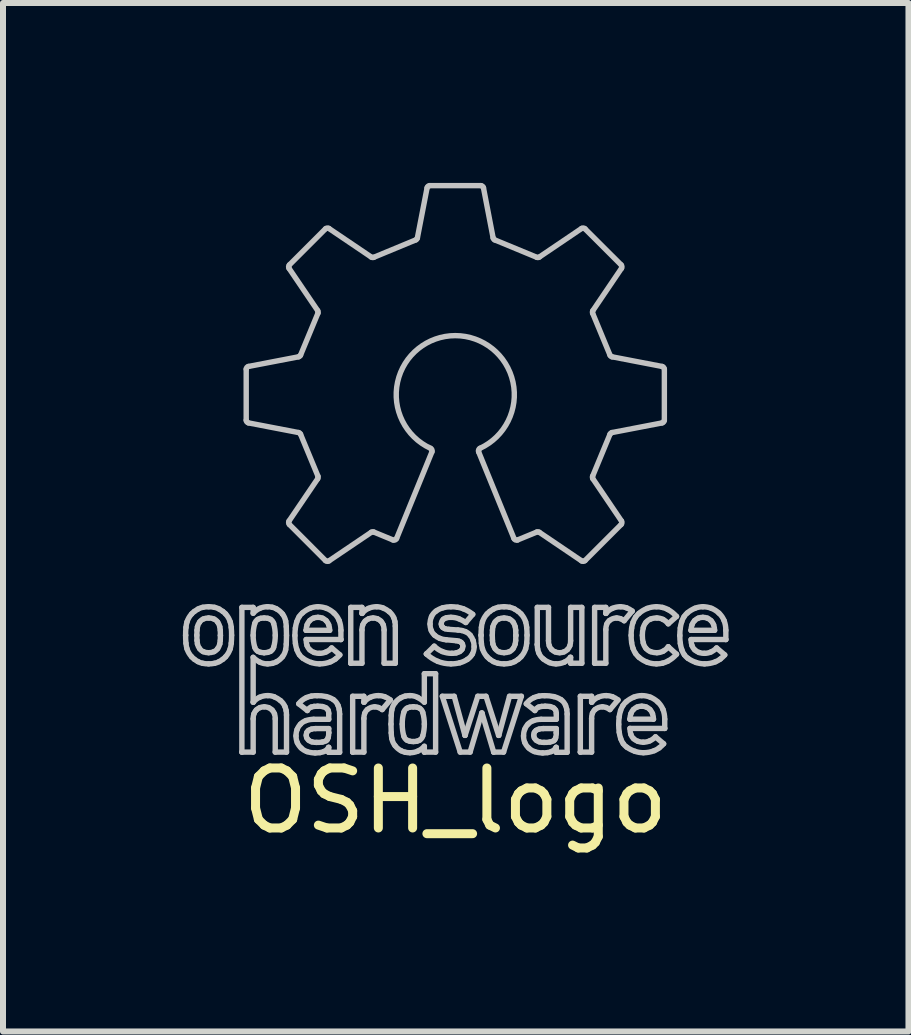
<source format=kicad_pcb>
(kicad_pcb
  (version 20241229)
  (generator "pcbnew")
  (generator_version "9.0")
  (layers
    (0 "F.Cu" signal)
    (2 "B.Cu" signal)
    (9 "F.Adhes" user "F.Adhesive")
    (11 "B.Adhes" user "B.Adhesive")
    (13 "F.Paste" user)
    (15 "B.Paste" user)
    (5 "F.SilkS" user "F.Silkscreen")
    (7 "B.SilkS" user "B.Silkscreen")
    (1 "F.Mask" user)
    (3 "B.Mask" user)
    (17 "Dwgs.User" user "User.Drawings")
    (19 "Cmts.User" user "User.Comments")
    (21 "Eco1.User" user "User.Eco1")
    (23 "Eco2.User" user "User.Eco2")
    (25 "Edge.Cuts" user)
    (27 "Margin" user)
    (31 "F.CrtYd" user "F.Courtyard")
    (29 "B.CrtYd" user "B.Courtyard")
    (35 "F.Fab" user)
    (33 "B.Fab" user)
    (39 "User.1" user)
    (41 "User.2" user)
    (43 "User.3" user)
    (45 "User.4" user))
  (footprint "OSH_logo"
    (layer "F.Cu")
    (at 4.544 3.442)
    (property "Reference" "OSH_logo" (at 0 6.858 0) (layer "F.SilkS") (effects (font (size 1 1) (thickness 0.15))))
    (attr through_hole)
    (fp_line (start -4.499 4.1) (end -4.499 4.1) (stroke (width 0.09) (type solid)) (layer "Dwgs.User"))
    (fp_line (start -4.312 4.1) (end -4.309 4.187) (stroke (width 0.09) (type solid)) (layer "Dwgs.User"))
    (fp_line (start -4.309 4.015) (end -4.312 4.1) (stroke (width 0.09) (type solid)) (layer "Dwgs.User"))
    (fp_line (start -3.921 4.188) (end -3.919 4.102) (stroke (width 0.09) (type solid)) (layer "Dwgs.User"))
    (fp_line (start -3.919 4.102) (end -3.921 4.015) (stroke (width 0.09) (type solid)) (layer "Dwgs.User"))
    (fp_line (start -3.919 4.102) (end -3.919 4.102) (stroke (width 0.09) (type solid)) (layer "Dwgs.User"))
    (fp_line (start -3.561 3.635) (end -3.373 3.635) (stroke (width 0.09) (type solid)) (layer "Dwgs.User"))
    (fp_line (start -3.561 6.048) (end -3.561 3.635) (stroke (width 0.09) (type solid)) (layer "Dwgs.User"))
    (fp_line (start -3.561 6.048) (end -3.561 6.048) (stroke (width 0.09) (type solid)) (layer "Dwgs.User"))
    (fp_line (start -3.489 0.515) (end -3.489 -0.338) (stroke (width 0.09) (type solid)) (layer "Dwgs.User"))
    (fp_line (start -3.452 -0.382) (end -2.616 -0.543) (stroke (width 0.09) (type solid)) (layer "Dwgs.User"))
    (fp_line (start -3.373 3.635) (end -3.373 3.733) (stroke (width 0.09) (type solid)) (layer "Dwgs.User"))
    (fp_line (start -3.373 4.468) (end -3.373 5.216) (stroke (width 0.09) (type solid)) (layer "Dwgs.User"))
    (fp_line (start -3.373 5.216) (end -3.37 5.216) (stroke (width 0.09) (type solid)) (layer "Dwgs.User"))
    (fp_line (start -3.373 5.493) (end -3.373 6.048) (stroke (width 0.09) (type solid)) (layer "Dwgs.User"))
    (fp_line (start -3.373 6.048) (end -3.561 6.048) (stroke (width 0.09) (type solid)) (layer "Dwgs.User"))
    (fp_line (start -3.19 4.39) (end -3.19 4.39) (stroke (width 0.09) (type solid)) (layer "Dwgs.User"))
    (fp_line (start -3.005 6.048) (end -3.005 5.493) (stroke (width 0.09) (type solid)) (layer "Dwgs.User"))
    (fp_line (start -2.821 3.956) (end -2.817 4.102) (stroke (width 0.09) (type solid)) (layer "Dwgs.User"))
    (fp_line (start -2.817 5.429) (end -2.817 6.048) (stroke (width 0.09) (type solid)) (layer "Dwgs.User"))
    (fp_line (start -2.817 6.048) (end -3.005 6.048) (stroke (width 0.09) (type solid)) (layer "Dwgs.User"))
    (fp_line (start -2.817 4.102) (end -2.821 4.247) (stroke (width 0.09) (type solid)) (layer "Dwgs.User"))
    (fp_line (start -2.775 2.195) (end -2.297 1.49) (stroke (width 0.09) (type solid)) (layer "Dwgs.User"))
    (fp_line (start -2.769 -2.075) (end -2.167 -2.677) (stroke (width 0.09) (type solid)) (layer "Dwgs.User"))
    (fp_line (start -2.616 0.72) (end -3.452 0.559) (stroke (width 0.09) (type solid)) (layer "Dwgs.User"))
    (fp_line (start -2.583 -0.57) (end -2.293 -1.27) (stroke (width 0.09) (type solid)) (layer "Dwgs.User"))
    (fp_line (start -2.49 4.017) (end -2.49 4.017) (stroke (width 0.09) (type solid)) (layer "Dwgs.User"))
    (fp_line (start -2.49 4.017) (end -2.097 4.017) (stroke (width 0.09) (type solid)) (layer "Dwgs.User"))
    (fp_line (start -2.47 5.355) (end -2.613 5.242) (stroke (width 0.09) (type solid)) (layer "Dwgs.User"))
    (fp_line (start -2.365 5.501) (end -2.113 5.501) (stroke (width 0.09) (type solid)) (layer "Dwgs.User"))
    (fp_line (start -2.297 -1.313) (end -2.775 -2.018) (stroke (width 0.09) (type solid)) (layer "Dwgs.User"))
    (fp_line (start -2.293 1.447) (end -2.583 0.747) (stroke (width 0.09) (type solid)) (layer "Dwgs.User"))
    (fp_line (start -2.167 2.855) (end -2.769 2.252) (stroke (width 0.09) (type solid)) (layer "Dwgs.User"))
    (fp_line (start -2.113 5.501) (end -2.113 5.403) (stroke (width 0.09) (type solid)) (layer "Dwgs.User"))
    (fp_line (start -2.113 5.656) (end -2.331 5.656) (stroke (width 0.09) (type solid)) (layer "Dwgs.User"))
    (fp_line (start -2.113 5.724) (end -2.113 5.656) (stroke (width 0.09) (type solid)) (layer "Dwgs.User"))
    (fp_line (start -2.113 5.724) (end -2.113 5.724) (stroke (width 0.09) (type solid)) (layer "Dwgs.User"))
    (fp_line (start -2.113 5.969) (end -2.116 5.969) (stroke (width 0.09) (type solid)) (layer "Dwgs.User"))
    (fp_line (start -2.113 6.051) (end -2.113 5.969) (stroke (width 0.09) (type solid)) (layer "Dwgs.User"))
    (fp_line (start -2.113 6.051) (end -2.113 6.051) (stroke (width 0.09) (type solid)) (layer "Dwgs.User"))
    (fp_line (start -2.11 -2.683) (end -1.404 -2.206) (stroke (width 0.09) (type solid)) (layer "Dwgs.User"))
    (fp_line (start -2.064 4.311) (end -1.928 4.427) (stroke (width 0.09) (type solid)) (layer "Dwgs.User"))
    (fp_line (start -1.931 5.414) (end -1.931 6.051) (stroke (width 0.09) (type solid)) (layer "Dwgs.User"))
    (fp_line (start -1.931 6.051) (end -2.113 6.051) (stroke (width 0.09) (type solid)) (layer "Dwgs.User"))
    (fp_line (start -1.91 4.017) (end -1.91 4.171) (stroke (width 0.09) (type solid)) (layer "Dwgs.User"))
    (fp_line (start -1.91 4.171) (end -2.49 4.171) (stroke (width 0.09) (type solid)) (layer "Dwgs.User"))
    (fp_line (start -1.91 4.171) (end -1.91 4.171) (stroke (width 0.09) (type solid)) (layer "Dwgs.User"))
    (fp_line (start -1.746 3.635) (end -1.559 3.635) (stroke (width 0.09) (type solid)) (layer "Dwgs.User"))
    (fp_line (start -1.746 4.566) (end -1.746 3.635) (stroke (width 0.09) (type solid)) (layer "Dwgs.User"))
    (fp_line (start -1.746 4.566) (end -1.746 4.566) (stroke (width 0.09) (type solid)) (layer "Dwgs.User"))
    (fp_line (start -1.714 5.117) (end -1.527 5.117) (stroke (width 0.09) (type solid)) (layer "Dwgs.User"))
    (fp_line (start -1.714 6.048) (end -1.714 5.117) (stroke (width 0.09) (type solid)) (layer "Dwgs.User"))
    (fp_line (start -1.714 6.048) (end -1.714 6.048) (stroke (width 0.09) (type solid)) (layer "Dwgs.User"))
    (fp_line (start -1.559 3.635) (end -1.559 3.735) (stroke (width 0.09) (type solid)) (layer "Dwgs.User"))
    (fp_line (start -1.559 3.735) (end -1.556 3.735) (stroke (width 0.09) (type solid)) (layer "Dwgs.User"))
    (fp_line (start -1.559 4.012) (end -1.559 4.566) (stroke (width 0.09) (type solid)) (layer "Dwgs.User"))
    (fp_line (start -1.559 4.566) (end -1.746 4.566) (stroke (width 0.09) (type solid)) (layer "Dwgs.User"))
    (fp_line (start -1.527 5.117) (end -1.527 5.216) (stroke (width 0.09) (type solid)) (layer "Dwgs.User"))
    (fp_line (start -1.527 5.216) (end -1.523 5.216) (stroke (width 0.09) (type solid)) (layer "Dwgs.User"))
    (fp_line (start -1.527 5.488) (end -1.527 6.048) (stroke (width 0.09) (type solid)) (layer "Dwgs.User"))
    (fp_line (start -1.527 6.048) (end -1.714 6.048) (stroke (width 0.09) (type solid)) (layer "Dwgs.User"))
    (fp_line (start -1.404 2.383) (end -2.11 2.86) (stroke (width 0.09) (type solid)) (layer "Dwgs.User"))
    (fp_line (start -1.362 -2.202) (end -0.662 -2.492) (stroke (width 0.09) (type solid)) (layer "Dwgs.User"))
    (fp_line (start -1.19 4.566) (end -1.19 4.012) (stroke (width 0.09) (type solid)) (layer "Dwgs.User"))
    (fp_line (start -1.087 5.178) (end -1.222 5.339) (stroke (width 0.09) (type solid)) (layer "Dwgs.User"))
    (fp_line (start -1.075 5.581) (end -1.071 5.437) (stroke (width 0.09) (type solid)) (layer "Dwgs.User"))
    (fp_line (start -1.071 5.727) (end -1.075 5.581) (stroke (width 0.09) (type solid)) (layer "Dwgs.User"))
    (fp_line (start -1.041 2.511) (end -1.362 2.379) (stroke (width 0.09) (type solid)) (layer "Dwgs.User"))
    (fp_line (start -1.003 3.947) (end -1.003 4.566) (stroke (width 0.09) (type solid)) (layer "Dwgs.User"))
    (fp_line (start -1.003 4.566) (end -1.19 4.566) (stroke (width 0.09) (type solid)) (layer "Dwgs.User"))
    (fp_line (start -0.702 5.293) (end -0.702 5.293) (stroke (width 0.09) (type solid)) (layer "Dwgs.User"))
    (fp_line (start -0.635 -2.525) (end -0.473 -3.361) (stroke (width 0.09) (type solid)) (layer "Dwgs.User"))
    (fp_line (start -0.519 4.741) (end -0.331 4.741) (stroke (width 0.09) (type solid)) (layer "Dwgs.User"))
    (fp_line (start -0.519 5.216) (end -0.519 4.741) (stroke (width 0.09) (type solid)) (layer "Dwgs.User"))
    (fp_line (start -0.519 6.048) (end -0.519 5.951) (stroke (width 0.09) (type solid)) (layer "Dwgs.User"))
    (fp_line (start -0.519 6.048) (end -0.519 6.048) (stroke (width 0.09) (type solid)) (layer "Dwgs.User"))
    (fp_line (start -0.485 4.411) (end -0.485 4.411) (stroke (width 0.09) (type solid)) (layer "Dwgs.User"))
    (fp_line (start -0.485 4.411) (end -0.354 4.282) (stroke (width 0.09) (type solid)) (layer "Dwgs.User"))
    (fp_line (start -0.429 -3.397) (end 0.423 -3.397) (stroke (width 0.09) (type solid)) (layer "Dwgs.User"))
    (fp_line (start -0.392 1.041) (end -0.982 2.487) (stroke (width 0.09) (type solid)) (layer "Dwgs.User"))
    (fp_line (start -0.331 4.741) (end -0.331 6.048) (stroke (width 0.09) (type solid)) (layer "Dwgs.User"))
    (fp_line (start -0.331 6.048) (end -0.519 6.048) (stroke (width 0.09) (type solid)) (layer "Dwgs.User"))
    (fp_line (start -0.219 5.117) (end -0.021 5.117) (stroke (width 0.09) (type solid)) (layer "Dwgs.User"))
    (fp_line (start -0.113 4.001) (end 0.041 4.012) (stroke (width 0.09) (type solid)) (layer "Dwgs.User"))
    (fp_line (start -0.021 5.117) (end 0.158 5.769) (stroke (width 0.09) (type solid)) (layer "Dwgs.User"))
    (fp_line (start 0.009 4.19) (end -0.156 4.175) (stroke (width 0.09) (type solid)) (layer "Dwgs.User"))
    (fp_line (start 0.079 6.048) (end -0.219 5.117) (stroke (width 0.09) (type solid)) (layer "Dwgs.User"))
    (fp_line (start 0.158 5.769) (end 0.161 5.769) (stroke (width 0.09) (type solid)) (layer "Dwgs.User"))
    (fp_line (start 0.161 5.769) (end 0.372 5.117) (stroke (width 0.09) (type solid)) (layer "Dwgs.User"))
    (fp_line (start 0.244 6.048) (end 0.079 6.048) (stroke (width 0.09) (type solid)) (layer "Dwgs.User"))
    (fp_line (start 0.288 3.751) (end 0.172 3.887) (stroke (width 0.09) (type solid)) (layer "Dwgs.User"))
    (fp_line (start 0.372 5.117) (end 0.509 5.117) (stroke (width 0.09) (type solid)) (layer "Dwgs.User"))
    (fp_line (start 0.427 4.1) (end 0.427 4.1) (stroke (width 0.09) (type solid)) (layer "Dwgs.User"))
    (fp_line (start 0.438 5.396) (end 0.244 6.048) (stroke (width 0.09) (type solid)) (layer "Dwgs.User"))
    (fp_line (start 0.442 5.396) (end 0.438 5.396) (stroke (width 0.09) (type solid)) (layer "Dwgs.User"))
    (fp_line (start 0.467 -3.361) (end 0.628 -2.525) (stroke (width 0.09) (type solid)) (layer "Dwgs.User"))
    (fp_line (start 0.509 5.117) (end 0.719 5.769) (stroke (width 0.09) (type solid)) (layer "Dwgs.User"))
    (fp_line (start 0.614 4.1) (end 0.617 4.187) (stroke (width 0.09) (type solid)) (layer "Dwgs.User"))
    (fp_line (start 0.617 4.015) (end 0.614 4.1) (stroke (width 0.09) (type solid)) (layer "Dwgs.User"))
    (fp_line (start 0.637 6.048) (end 0.442 5.396) (stroke (width 0.09) (type solid)) (layer "Dwgs.User"))
    (fp_line (start 0.637 6.048) (end 0.637 6.048) (stroke (width 0.09) (type solid)) (layer "Dwgs.User"))
    (fp_line (start 0.655 -2.492) (end 1.356 -2.202) (stroke (width 0.09) (type solid)) (layer "Dwgs.User"))
    (fp_line (start 0.719 5.769) (end 0.723 5.769) (stroke (width 0.09) (type solid)) (layer "Dwgs.User"))
    (fp_line (start 0.723 5.769) (end 0.901 5.117) (stroke (width 0.09) (type solid)) (layer "Dwgs.User"))
    (fp_line (start 0.802 6.048) (end 0.637 6.048) (stroke (width 0.09) (type solid)) (layer "Dwgs.User"))
    (fp_line (start 0.901 5.117) (end 1.099 5.117) (stroke (width 0.09) (type solid)) (layer "Dwgs.User"))
    (fp_line (start 0.976 2.487) (end 0.386 1.041) (stroke (width 0.09) (type solid)) (layer "Dwgs.User"))
    (fp_line (start 1.004 4.188) (end 1.007 4.102) (stroke (width 0.09) (type solid)) (layer "Dwgs.User"))
    (fp_line (start 1.007 4.102) (end 1.004 4.015) (stroke (width 0.09) (type solid)) (layer "Dwgs.User"))
    (fp_line (start 1.007 4.102) (end 1.007 4.102) (stroke (width 0.09) (type solid)) (layer "Dwgs.User"))
    (fp_line (start 1.099 5.117) (end 0.802 6.048) (stroke (width 0.09) (type solid)) (layer "Dwgs.User"))
    (fp_line (start 1.324 5.355) (end 1.181 5.242) (stroke (width 0.09) (type solid)) (layer "Dwgs.User"))
    (fp_line (start 1.356 2.379) (end 1.035 2.511) (stroke (width 0.09) (type solid)) (layer "Dwgs.User"))
    (fp_line (start 1.364 3.635) (end 1.551 3.635) (stroke (width 0.09) (type solid)) (layer "Dwgs.User"))
    (fp_line (start 1.364 4.254) (end 1.364 3.635) (stroke (width 0.09) (type solid)) (layer "Dwgs.User"))
    (fp_line (start 1.364 4.254) (end 1.364 4.254) (stroke (width 0.09) (type solid)) (layer "Dwgs.User"))
    (fp_line (start 1.398 -2.206) (end 2.103 -2.683) (stroke (width 0.09) (type solid)) (layer "Dwgs.User"))
    (fp_line (start 1.429 5.501) (end 1.681 5.501) (stroke (width 0.09) (type solid)) (layer "Dwgs.User"))
    (fp_line (start 1.551 3.635) (end 1.551 4.19) (stroke (width 0.09) (type solid)) (layer "Dwgs.User"))
    (fp_line (start 1.681 5.501) (end 1.681 5.403) (stroke (width 0.09) (type solid)) (layer "Dwgs.User"))
    (fp_line (start 1.681 5.656) (end 1.463 5.656) (stroke (width 0.09) (type solid)) (layer "Dwgs.User"))
    (fp_line (start 1.681 5.724) (end 1.681 5.656) (stroke (width 0.09) (type solid)) (layer "Dwgs.User"))
    (fp_line (start 1.681 5.724) (end 1.681 5.724) (stroke (width 0.09) (type solid)) (layer "Dwgs.User"))
    (fp_line (start 1.681 5.969) (end 1.677 5.969) (stroke (width 0.09) (type solid)) (layer "Dwgs.User"))
    (fp_line (start 1.681 6.051) (end 1.681 5.969) (stroke (width 0.09) (type solid)) (layer "Dwgs.User"))
    (fp_line (start 1.681 6.051) (end 1.681 6.051) (stroke (width 0.09) (type solid)) (layer "Dwgs.User"))
    (fp_line (start 1.862 5.414) (end 1.862 6.051) (stroke (width 0.09) (type solid)) (layer "Dwgs.User"))
    (fp_line (start 1.862 6.051) (end 1.681 6.051) (stroke (width 0.09) (type solid)) (layer "Dwgs.User"))
    (fp_line (start 1.92 3.635) (end 2.107 3.635) (stroke (width 0.09) (type solid)) (layer "Dwgs.User"))
    (fp_line (start 1.92 4.19) (end 1.92 3.635) (stroke (width 0.09) (type solid)) (layer "Dwgs.User"))
    (fp_line (start 1.92 4.468) (end 1.916 4.468) (stroke (width 0.09) (type solid)) (layer "Dwgs.User"))
    (fp_line (start 1.92 4.566) (end 1.92 4.468) (stroke (width 0.09) (type solid)) (layer "Dwgs.User"))
    (fp_line (start 2.082 5.117) (end 2.27 5.117) (stroke (width 0.09) (type solid)) (layer "Dwgs.User"))
    (fp_line (start 2.082 6.048) (end 2.082 5.117) (stroke (width 0.09) (type solid)) (layer "Dwgs.User"))
    (fp_line (start 2.082 6.048) (end 2.082 6.048) (stroke (width 0.09) (type solid)) (layer "Dwgs.User"))
    (fp_line (start 2.103 2.86) (end 1.398 2.383) (stroke (width 0.09) (type solid)) (layer "Dwgs.User"))
    (fp_line (start 2.107 3.635) (end 2.107 4.566) (stroke (width 0.09) (type solid)) (layer "Dwgs.User"))
    (fp_line (start 2.107 4.566) (end 1.92 4.566) (stroke (width 0.09) (type solid)) (layer "Dwgs.User"))
    (fp_line (start 2.16 -2.677) (end 2.763 -2.075) (stroke (width 0.09) (type solid)) (layer "Dwgs.User"))
    (fp_line (start 2.27 5.117) (end 2.27 5.216) (stroke (width 0.09) (type solid)) (layer "Dwgs.User"))
    (fp_line (start 2.27 5.216) (end 2.273 5.216) (stroke (width 0.09) (type solid)) (layer "Dwgs.User"))
    (fp_line (start 2.27 5.488) (end 2.27 6.048) (stroke (width 0.09) (type solid)) (layer "Dwgs.User"))
    (fp_line (start 2.27 6.048) (end 2.082 6.048) (stroke (width 0.09) (type solid)) (layer "Dwgs.User"))
    (fp_line (start 2.287 -1.27) (end 2.577 -0.57) (stroke (width 0.09) (type solid)) (layer "Dwgs.User"))
    (fp_line (start 2.291 1.49) (end 2.768 2.195) (stroke (width 0.09) (type solid)) (layer "Dwgs.User"))
    (fp_line (start 2.32 3.635) (end 2.507 3.635) (stroke (width 0.09) (type solid)) (layer "Dwgs.User"))
    (fp_line (start 2.32 4.566) (end 2.32 3.635) (stroke (width 0.09) (type solid)) (layer "Dwgs.User"))
    (fp_line (start 2.32 4.566) (end 2.32 4.566) (stroke (width 0.09) (type solid)) (layer "Dwgs.User"))
    (fp_line (start 2.507 3.635) (end 2.507 3.735) (stroke (width 0.09) (type solid)) (layer "Dwgs.User"))
    (fp_line (start 2.507 3.735) (end 2.51 3.735) (stroke (width 0.09) (type solid)) (layer "Dwgs.User"))
    (fp_line (start 2.507 4.007) (end 2.507 4.566) (stroke (width 0.09) (type solid)) (layer "Dwgs.User"))
    (fp_line (start 2.507 4.566) (end 2.32 4.566) (stroke (width 0.09) (type solid)) (layer "Dwgs.User"))
    (fp_line (start 2.577 0.747) (end 2.287 1.447) (stroke (width 0.09) (type solid)) (layer "Dwgs.User"))
    (fp_line (start 2.61 -0.543) (end 3.446 -0.382) (stroke (width 0.09) (type solid)) (layer "Dwgs.User"))
    (fp_line (start 2.71 5.178) (end 2.575 5.339) (stroke (width 0.09) (type solid)) (layer "Dwgs.User"))
    (fp_line (start 2.763 2.252) (end 2.16 2.855) (stroke (width 0.09) (type solid)) (layer "Dwgs.User"))
    (fp_line (start 2.768 -2.018) (end 2.291 -1.313) (stroke (width 0.09) (type solid)) (layer "Dwgs.User"))
    (fp_line (start 2.909 5.499) (end 2.909 5.499) (stroke (width 0.09) (type solid)) (layer "Dwgs.User"))
    (fp_line (start 2.909 5.499) (end 3.302 5.499) (stroke (width 0.09) (type solid)) (layer "Dwgs.User"))
    (fp_line (start 2.947 3.696) (end 2.812 3.858) (stroke (width 0.09) (type solid)) (layer "Dwgs.User"))
    (fp_line (start 3.335 5.793) (end 3.471 5.909) (stroke (width 0.09) (type solid)) (layer "Dwgs.User"))
    (fp_line (start 3.446 0.559) (end 2.61 0.72) (stroke (width 0.09) (type solid)) (layer "Dwgs.User"))
    (fp_line (start 3.483 -0.338) (end 3.483 0.515) (stroke (width 0.09) (type solid)) (layer "Dwgs.User"))
    (fp_line (start 3.489 5.499) (end 3.489 5.653) (stroke (width 0.09) (type solid)) (layer "Dwgs.User"))
    (fp_line (start 3.489 5.653) (end 2.909 5.653) (stroke (width 0.09) (type solid)) (layer "Dwgs.User"))
    (fp_line (start 3.489 5.653) (end 3.489 5.653) (stroke (width 0.09) (type solid)) (layer "Dwgs.User"))
    (fp_line (start 3.548 4.292) (end 3.548 4.292) (stroke (width 0.09) (type solid)) (layer "Dwgs.User"))
    (fp_line (start 3.548 4.292) (end 3.686 4.416) (stroke (width 0.09) (type solid)) (layer "Dwgs.User"))
    (fp_line (start 3.686 3.786) (end 3.548 3.909) (stroke (width 0.09) (type solid)) (layer "Dwgs.User"))
    (fp_line (start 3.928 4.017) (end 3.928 4.017) (stroke (width 0.09) (type solid)) (layer "Dwgs.User"))
    (fp_line (start 3.928 4.017) (end 4.321 4.017) (stroke (width 0.09) (type solid)) (layer "Dwgs.User"))
    (fp_line (start 4.354 4.311) (end 4.49 4.427) (stroke (width 0.09) (type solid)) (layer "Dwgs.User"))
    (fp_line (start 4.508 4.017) (end 4.508 4.171) (stroke (width 0.09) (type solid)) (layer "Dwgs.User"))
    (fp_line (start 4.508 4.171) (end 3.928 4.171) (stroke (width 0.09) (type solid)) (layer "Dwgs.User"))
    (fp_line (start 4.508 4.171) (end 4.508 4.171) (stroke (width 0.09) (type solid)) (layer "Dwgs.User"))
    (fp_arc (start -4.499439 4.099556) (mid -4.498193 4.034146) (end -4.493575 3.968887) (stroke (width 0.09) (type solid)) (layer "Dwgs.User"))
    (fp_arc (start -4.493576 3.968887) (mid -4.487092 3.922211) (end -4.475985 3.876414) (stroke (width 0.09) (type solid)) (layer "Dwgs.User"))
    (fp_arc (start -4.493574 4.232481) (mid -4.498196 4.166093) (end -4.499438 4.099556) (stroke (width 0.09) (type solid)) (layer "Dwgs.User"))
    (fp_arc (start -4.475985 3.876414) (mid -4.444548 3.80585) (end -4.398736 3.743649) (stroke (width 0.09) (type solid)) (layer "Dwgs.User"))
    (fp_arc (start -4.475984 4.325709) (mid -4.487121 4.279537) (end -4.493575 4.232482) (stroke (width 0.09) (type solid)) (layer "Dwgs.User"))
    (fp_arc (start -4.398736 3.743649) (mid -4.376843 3.721974) (end -4.353064 3.702387) (stroke (width 0.09) (type solid)) (layer "Dwgs.User"))
    (fp_arc (start -4.398736 4.458474) (mid -4.444548 4.396273) (end -4.475985 4.325709) (stroke (width 0.09) (type solid)) (layer "Dwgs.User"))
    (fp_arc (start -4.353064 3.702387) (mid -4.323514 3.681666) (end -4.292652 3.662956) (stroke (width 0.09) (type solid)) (layer "Dwgs.User"))
    (fp_arc (start -4.353064 4.500165) (mid -4.376906 4.480422) (end -4.398736 4.458474) (stroke (width 0.09) (type solid)) (layer "Dwgs.User"))
    (fp_arc (start -4.309437 4.014666) (mid -4.30694 3.986613) (end -4.302336 3.958828) (stroke (width 0.09) (type solid)) (layer "Dwgs.User"))
    (fp_arc (start -4.302336 3.958829) (mid -4.288185 3.91765) (end -4.266186 3.880072) (stroke (width 0.09) (type solid)) (layer "Dwgs.User"))
    (fp_arc (start -4.302335 4.243725) (mid -4.306952 4.215401) (end -4.309436 4.18681) (stroke (width 0.09) (type solid)) (layer "Dwgs.User"))
    (fp_arc (start -4.292652 4.539166) (mid -4.323554 4.520744) (end -4.353064 4.500165) (stroke (width 0.09) (type solid)) (layer "Dwgs.User"))
    (fp_arc (start -4.292651 3.662956) (mid -4.254665 3.645546) (end -4.214487 3.634069) (stroke (width 0.09) (type solid)) (layer "Dwgs.User"))
    (fp_arc (start -4.266186 3.880072) (mid -4.238931 3.850196) (end -4.204644 3.828751) (stroke (width 0.09) (type solid)) (layer "Dwgs.User"))
    (fp_arc (start -4.266186 4.322052) (mid -4.288301 4.284753) (end -4.302336 4.243725) (stroke (width 0.09) (type solid)) (layer "Dwgs.User"))
    (fp_arc (start -4.214488 3.634069) (mid -4.165281 3.626614) (end -4.115559 3.62444) (stroke (width 0.09) (type solid)) (layer "Dwgs.User"))
    (fp_arc (start -4.214488 4.56741) (mid -4.254624 4.556205) (end -4.292652 4.539167) (stroke (width 0.09) (type solid)) (layer "Dwgs.User"))
    (fp_arc (start -4.204644 3.828751) (mid -4.161019 3.81542) (end -4.115559 3.811644) (stroke (width 0.09) (type solid)) (layer "Dwgs.User"))
    (fp_arc (start -4.204644 4.373371) (mid -4.238931 4.351927) (end -4.266186 4.322051) (stroke (width 0.09) (type solid)) (layer "Dwgs.User"))
    (fp_arc (start -4.115559 3.62444) (mid -4.066427 3.626625) (end -4.017814 3.634069) (stroke (width 0.09) (type solid)) (layer "Dwgs.User"))
    (fp_arc (start -4.115559 3.811644) (mid -4.070422 3.81545) (end -4.027121 3.828751) (stroke (width 0.09) (type solid)) (layer "Dwgs.User"))
    (fp_arc (start -4.115559 4.390478) (mid -4.161019 4.386702) (end -4.204644 4.373371) (stroke (width 0.09) (type solid)) (layer "Dwgs.User"))
    (fp_arc (start -4.115558 4.576823) (mid -4.165268 4.574699) (end -4.214487 4.567409) (stroke (width 0.09) (type solid)) (layer "Dwgs.User"))
    (fp_arc (start -4.027121 3.828751) (mid -3.992598 3.850256) (end -3.964934 3.880072) (stroke (width 0.09) (type solid)) (layer "Dwgs.User"))
    (fp_arc (start -4.027121 4.373371) (mid -4.070422 4.386672) (end -4.115559 4.390478) (stroke (width 0.09) (type solid)) (layer "Dwgs.User"))
    (fp_arc (start -4.017815 4.567409) (mid -4.066439 4.574688) (end -4.115559 4.576823) (stroke (width 0.09) (type solid)) (layer "Dwgs.User"))
    (fp_arc (start -4.017814 3.634069) (mid -3.977704 3.645591) (end -3.939757 3.662956) (stroke (width 0.09) (type solid)) (layer "Dwgs.User"))
    (fp_arc (start -3.964935 3.880072) (mid -3.943587 3.917868) (end -3.929214 3.958828) (stroke (width 0.09) (type solid)) (layer "Dwgs.User"))
    (fp_arc (start -3.964935 4.322052) (mid -3.992599 4.351866) (end -4.027121 4.373371) (stroke (width 0.09) (type solid)) (layer "Dwgs.User"))
    (fp_arc (start -3.939757 3.662956) (mid -3.908686 3.681668) (end -3.878915 3.702387) (stroke (width 0.09) (type solid)) (layer "Dwgs.User"))
    (fp_arc (start -3.939757 4.539167) (mid -3.977746 4.55616) (end -4.017814 4.567409) (stroke (width 0.09) (type solid)) (layer "Dwgs.User"))
    (fp_arc (start -3.929214 3.958828) (mid -3.924181 3.986856) (end -3.921469 4.015203) (stroke (width 0.09) (type solid)) (layer "Dwgs.User"))
    (fp_arc (start -3.929214 4.244157) (mid -3.943514 4.284737) (end -3.964934 4.322051) (stroke (width 0.09) (type solid)) (layer "Dwgs.User"))
    (fp_arc (start -3.921469 4.187887) (mid -3.924184 4.216181) (end -3.929214 4.244157) (stroke (width 0.09) (type solid)) (layer "Dwgs.User"))
    (fp_arc (start -3.878915 4.500166) (mid -3.908646 4.520743) (end -3.939757 4.539167) (stroke (width 0.09) (type solid)) (layer "Dwgs.User"))
    (fp_arc (start -3.878914 3.702387) (mid -3.854929 3.721974) (end -3.832813 3.743649) (stroke (width 0.09) (type solid)) (layer "Dwgs.User"))
    (fp_arc (start -3.832814 3.743649) (mid -3.787063 3.805834) (end -3.755779 3.876414) (stroke (width 0.09) (type solid)) (layer "Dwgs.User"))
    (fp_arc (start -3.832814 4.458474) (mid -3.854867 4.480422) (end -3.878915 4.500165) (stroke (width 0.09) (type solid)) (layer "Dwgs.User"))
    (fp_arc (start -3.755778 3.876414) (mid -3.744772 3.922219) (end -3.738349 3.968887) (stroke (width 0.09) (type solid)) (layer "Dwgs.User"))
    (fp_arc (start -3.755778 4.325708) (mid -3.787062 4.396288) (end -3.832813 4.458474) (stroke (width 0.09) (type solid)) (layer "Dwgs.User"))
    (fp_arc (start -3.73835 3.968887) (mid -3.733775 4.034147) (end -3.732541 4.099556) (stroke (width 0.09) (type solid)) (layer "Dwgs.User"))
    (fp_arc (start -3.73835 4.232482) (mid -3.744743 4.27953) (end -3.755779 4.325709) (stroke (width 0.09) (type solid)) (layer "Dwgs.User"))
    (fp_arc (start -3.73254 4.099557) (mid -3.733769 4.166093) (end -3.738349 4.232482) (stroke (width 0.09) (type solid)) (layer "Dwgs.User"))
    (fp_arc (start -3.488797 -0.337506) (mid -3.478501 -0.366154) (end -3.452322 -0.381692) (stroke (width 0.09) (type solid)) (layer "Dwgs.User"))
    (fp_arc (start -3.452321 0.558803) (mid -3.4785 0.543266) (end -3.488797 0.514618) (stroke (width 0.09) (type solid)) (layer "Dwgs.User"))
    (fp_arc (start -3.373408 3.732888) (mid -3.323175 3.686508) (end -3.264418 3.651551) (stroke (width 0.09) (type solid)) (layer "Dwgs.User"))
    (fp_arc (start -3.373408 4.101707) (mid -3.367025 4.002918) (end -3.347372 3.905893) (stroke (width 0.09) (type solid)) (layer "Dwgs.User"))
    (fp_arc (start -3.373402 5.493264) (mid -3.370452 5.450742) (end -3.360292 5.409346) (stroke (width 0.09) (type solid)) (layer "Dwgs.User"))
    (fp_arc (start -3.369959 5.216115) (mid -3.322816 5.168515) (end -3.265709 5.133486) (stroke (width 0.09) (type solid)) (layer "Dwgs.User"))
    (fp_arc (start -3.360293 5.409346) (mid -3.344124 5.37552) (end -3.320906 5.346082) (stroke (width 0.09) (type solid)) (layer "Dwgs.User"))
    (fp_arc (start -3.347372 3.905894) (mid -3.328227 3.865297) (end -3.294922 3.835207) (stroke (width 0.09) (type solid)) (layer "Dwgs.User"))
    (fp_arc (start -3.347372 4.296659) (mid -3.367026 4.200069) (end -3.373408 4.101707) (stroke (width 0.09) (type solid)) (layer "Dwgs.User"))
    (fp_arc (start -3.320906 5.346083) (mid -3.293226 5.323136) (end -3.261413 5.306382) (stroke (width 0.09) (type solid)) (layer "Dwgs.User"))
    (fp_arc (start -3.294922 4.367023) (mid -3.328203 4.337101) (end -3.347372 4.296659) (stroke (width 0.09) (type solid)) (layer "Dwgs.User"))
    (fp_arc (start -3.294921 3.835208) (mid -3.272609 3.824533) (end -3.248886 3.817536) (stroke (width 0.09) (type solid)) (layer "Dwgs.User"))
    (fp_arc (start -3.265709 5.133486) (mid -3.198172 5.11227) (end -3.127664 5.105943) (stroke (width 0.09) (type solid)) (layer "Dwgs.User"))
    (fp_arc (start -3.264418 3.651551) (mid -3.200083 3.630932) (end -3.132837 3.62444) (stroke (width 0.09) (type solid)) (layer "Dwgs.User"))
    (fp_arc (start -3.263451 4.547344) (mid -3.321414 4.511539) (end -3.373408 4.467512) (stroke (width 0.09) (type solid)) (layer "Dwgs.User"))
    (fp_arc (start -3.261413 5.306381) (mid -3.225303 5.296251) (end -3.187928 5.293147) (stroke (width 0.09) (type solid)) (layer "Dwgs.User"))
    (fp_arc (start -3.248887 4.384614) (mid -3.272605 4.377651) (end -3.294922 4.367023) (stroke (width 0.09) (type solid)) (layer "Dwgs.User"))
    (fp_arc (start -3.248886 3.817535) (mid -3.219427 3.812964) (end -3.189644 3.811644) (stroke (width 0.09) (type solid)) (layer "Dwgs.User"))
    (fp_arc (start -3.189644 3.811644) (mid -3.159765 3.812923) (end -3.130187 3.817348) (stroke (width 0.09) (type solid)) (layer "Dwgs.User"))
    (fp_arc (start -3.189644 4.390478) (mid -3.219425 4.389164) (end -3.248886 4.384614) (stroke (width 0.09) (type solid)) (layer "Dwgs.User"))
    (fp_arc (start -3.187928 5.293147) (mid -3.151355 5.296275) (end -3.116068 5.306382) (stroke (width 0.09) (type solid)) (layer "Dwgs.User"))
    (fp_arc (start -3.132837 4.576823) (mid -3.199908 4.5699) (end -3.263451 4.547343) (stroke (width 0.09) (type solid)) (layer "Dwgs.User"))
    (fp_arc (start -3.132836 3.62444) (mid -3.092914 3.626456) (end -3.053488 3.633045) (stroke (width 0.09) (type solid)) (layer "Dwgs.User"))
    (fp_arc (start -3.130187 3.817348) (mid -3.106398 3.824107) (end -3.083937 3.834455) (stroke (width 0.09) (type solid)) (layer "Dwgs.User"))
    (fp_arc (start -3.130187 4.384816) (mid -3.159767 4.38921) (end -3.189644 4.390478) (stroke (width 0.09) (type solid)) (layer "Dwgs.User"))
    (fp_arc (start -3.127664 5.105943) (mid -3.073405 5.111191) (end -3.0211 5.126545) (stroke (width 0.09) (type solid)) (layer "Dwgs.User"))
    (fp_arc (start -3.116069 5.306382) (mid -3.084548 5.323207) (end -3.057099 5.346082) (stroke (width 0.09) (type solid)) (layer "Dwgs.User"))
    (fp_arc (start -3.083937 3.834455) (mid -3.050603 3.86334) (end -3.031057 3.90288) (stroke (width 0.09) (type solid)) (layer "Dwgs.User"))
    (fp_arc (start -3.083937 4.36783) (mid -3.106407 4.378108) (end -3.130187 4.384816) (stroke (width 0.09) (type solid)) (layer "Dwgs.User"))
    (fp_arc (start -3.057099 5.346083) (mid -3.033882 5.37552) (end -3.017713 5.409346) (stroke (width 0.09) (type solid)) (layer "Dwgs.User"))
    (fp_arc (start -3.053489 4.568431) (mid -3.092927 4.574857) (end -3.132837 4.576823) (stroke (width 0.09) (type solid)) (layer "Dwgs.User"))
    (fp_arc (start -3.053488 3.633045) (mid -3.018775 3.64359) (end -2.98587 3.658869) (stroke (width 0.09) (type solid)) (layer "Dwgs.User"))
    (fp_arc (start -3.031057 3.90288) (mid -3.010781 4.001356) (end -3.004591 4.101707) (stroke (width 0.09) (type solid)) (layer "Dwgs.User"))
    (fp_arc (start -3.031057 4.299887) (mid -3.05064 4.339196) (end -3.083937 4.36783) (stroke (width 0.09) (type solid)) (layer "Dwgs.User"))
    (fp_arc (start -3.0211 5.126546) (mid -2.967302 5.153454) (end -2.91831 5.188355) (stroke (width 0.09) (type solid)) (layer "Dwgs.User"))
    (fp_arc (start -3.017712 5.409346) (mid -3.007551 5.450742) (end -3.004602 5.493264) (stroke (width 0.09) (type solid)) (layer "Dwgs.User"))
    (fp_arc (start -3.004591 4.101707) (mid -3.010758 4.201741) (end -3.031057 4.299887) (stroke (width 0.09) (type solid)) (layer "Dwgs.User"))
    (fp_arc (start -2.98587 3.658868) (mid -2.930365 3.696921) (end -2.883658 3.74537) (stroke (width 0.09) (type solid)) (layer "Dwgs.User"))
    (fp_arc (start -2.98587 4.543255) (mid -3.018814 4.558166) (end -3.053488 4.568431) (stroke (width 0.09) (type solid)) (layer "Dwgs.User"))
    (fp_arc (start -2.91831 5.188354) (mid -2.874155 5.234287) (end -2.842622 5.289652) (stroke (width 0.09) (type solid)) (layer "Dwgs.User"))
    (fp_arc (start -2.883658 3.74537) (mid -2.850683 3.800883) (end -2.831156 3.862428) (stroke (width 0.09) (type solid)) (layer "Dwgs.User"))
    (fp_arc (start -2.883658 4.456753) (mid -2.930153 4.505452) (end -2.98587 4.543255) (stroke (width 0.09) (type solid)) (layer "Dwgs.User"))
    (fp_arc (start -2.842622 5.289652) (mid -2.83139 5.321539) (end -2.8237 5.354461) (stroke (width 0.09) (type solid)) (layer "Dwgs.User"))
    (fp_arc (start -2.831156 3.862428) (mid -2.824386 3.908836) (end -2.820827 3.9556) (stroke (width 0.09) (type solid)) (layer "Dwgs.User"))
    (fp_arc (start -2.831156 4.340126) (mid -2.850564 4.40152) (end -2.883658 4.456753) (stroke (width 0.09) (type solid)) (layer "Dwgs.User"))
    (fp_arc (start -2.8237 5.354461) (mid -2.81888 5.391444) (end -2.817393 5.428711) (stroke (width 0.09) (type solid)) (layer "Dwgs.User"))
    (fp_arc (start -2.820827 4.246953) (mid -2.824399 4.293716) (end -2.831156 4.340126) (stroke (width 0.09) (type solid)) (layer "Dwgs.User"))
    (fp_arc (start -2.774578 -2.017912) (mid -2.782102 -2.047409) (end -2.769126 -2.074947) (stroke (width 0.09) (type solid)) (layer "Dwgs.User"))
    (fp_arc (start -2.769127 2.252057) (mid -2.782102 2.224519) (end -2.774578 2.195022) (stroke (width 0.09) (type solid)) (layer "Dwgs.User"))
    (fp_arc (start -2.676899 4.104289) (mid -2.675116 4.041415) (end -2.669137 3.9788) (stroke (width 0.09) (type solid)) (layer "Dwgs.User"))
    (fp_arc (start -2.669137 3.978799) (mid -2.659907 3.92602) (end -2.645858 3.874315) (stroke (width 0.09) (type solid)) (layer "Dwgs.User"))
    (fp_arc (start -2.668492 4.235668) (mid -2.674986 4.170125) (end -2.676898 4.104288) (stroke (width 0.09) (type solid)) (layer "Dwgs.User"))
    (fp_arc (start -2.658694 5.777733) (mid -2.6543 5.723245) (end -2.640075 5.670464) (stroke (width 0.09) (type solid)) (layer "Dwgs.User"))
    (fp_arc (start -2.645858 3.874315) (mid -2.62906 3.831369) (end -2.607058 3.790841) (stroke (width 0.09) (type solid)) (layer "Dwgs.User"))
    (fp_arc (start -2.643277 4.342761) (mid -2.658558 4.289844) (end -2.668492 4.235668) (stroke (width 0.09) (type solid)) (layer "Dwgs.User"))
    (fp_arc (start -2.640075 5.670464) (mid -2.616546 5.623426) (end -2.584245 5.581919) (stroke (width 0.09) (type solid)) (layer "Dwgs.User"))
    (fp_arc (start -2.637183 5.889518) (mid -2.653635 5.834722) (end -2.658694 5.777733) (stroke (width 0.09) (type solid)) (layer "Dwgs.User"))
    (fp_arc (start -2.616272 0.720099) (mid -2.596349 0.729417) (end -2.583222 0.747064) (stroke (width 0.09) (type solid)) (layer "Dwgs.User"))
    (fp_arc (start -2.613083 5.242366) (mid -2.555592 5.182296) (end -2.484622 5.138973) (stroke (width 0.09) (type solid)) (layer "Dwgs.User"))
    (fp_arc (start -2.607057 3.790841) (mid -2.582304 3.757514) (end -2.55274 3.728371) (stroke (width 0.09) (type solid)) (layer "Dwgs.User"))
    (fp_arc (start -2.601249 4.425566) (mid -2.625163 4.385636) (end -2.643277 4.342762) (stroke (width 0.09) (type solid)) (layer "Dwgs.User"))
    (fp_arc (start -2.584245 5.581919) (mid -2.541821 5.546738) (end -2.492362 5.522421) (stroke (width 0.09) (type solid)) (layer "Dwgs.User"))
    (fp_arc (start -2.583222 -0.569953) (mid -2.596349 -0.552306) (end -2.616272 -0.542988) (stroke (width 0.09) (type solid)) (layer "Dwgs.User"))
    (fp_arc (start -2.572622 5.979571) (mid -2.609744 5.938015) (end -2.637183 5.889518) (stroke (width 0.09) (type solid)) (layer "Dwgs.User"))
    (fp_arc (start -2.552741 3.72837) (mid -2.49233 3.684352) (end -2.425729 3.650421) (stroke (width 0.09) (type solid)) (layer "Dwgs.User"))
    (fp_arc (start -2.542412 4.484081) (mid -2.574394 4.457401) (end -2.601249 4.425565) (stroke (width 0.09) (type solid)) (layer "Dwgs.User"))
    (fp_arc (start -2.492362 5.52242) (mid -2.42945 5.50651) (end -2.364755 5.501441) (stroke (width 0.09) (type solid)) (layer "Dwgs.User"))
    (fp_arc (start -2.489692 4.017357) (mid -2.485365 3.970374) (end -2.473662 3.924667) (stroke (width 0.09) (type solid)) (layer "Dwgs.User"))
    (fp_arc (start -2.488285 5.768693) (mid -2.486511 5.744304) (end -2.479251 5.720953) (stroke (width 0.09) (type solid)) (layer "Dwgs.User"))
    (fp_arc (start -2.484623 5.138973) (mid -2.444137 5.124017) (end -2.402159 5.113983) (stroke (width 0.09) (type solid)) (layer "Dwgs.User"))
    (fp_arc (start -2.479251 5.720953) (mid -2.466891 5.701645) (end -2.449973 5.686175) (stroke (width 0.09) (type solid)) (layer "Dwgs.User"))
    (fp_arc (start -2.478068 5.812161) (mid -2.485766 5.791036) (end -2.488286 5.768693) (stroke (width 0.09) (type solid)) (layer "Dwgs.User"))
    (fp_arc (start -2.475037 6.039498) (mid -2.52722 6.015055) (end -2.572622 5.979571) (stroke (width 0.09) (type solid)) (layer "Dwgs.User"))
    (fp_arc (start -2.474092 4.271967) (mid -2.486259 4.222373) (end -2.489692 4.171424) (stroke (width 0.09) (type solid)) (layer "Dwgs.User"))
    (fp_arc (start -2.473661 3.924666) (mid -2.456361 3.888333) (end -2.431592 3.856616) (stroke (width 0.09) (type solid)) (layer "Dwgs.User"))
    (fp_arc (start -2.469777 5.355119) (mid -2.442787 5.320736) (end -2.40607 5.29702) (stroke (width 0.09) (type solid)) (layer "Dwgs.User"))
    (fp_arc (start -2.449973 5.686175) (mid -2.426239 5.672969) (end -2.400479 5.664361) (stroke (width 0.09) (type solid)) (layer "Dwgs.User"))
    (fp_arc (start -2.447384 5.849602) (mid -2.464627 5.832441) (end -2.478067 5.812162) (stroke (width 0.09) (type solid)) (layer "Dwgs.User"))
    (fp_arc (start -2.431592 3.856616) (mid -2.402664 3.832496) (end -2.369406 3.81482) (stroke (width 0.09) (type solid)) (layer "Dwgs.User"))
    (fp_arc (start -2.42729 4.343784) (mid -2.455072 4.310731) (end -2.474091 4.271967) (stroke (width 0.09) (type solid)) (layer "Dwgs.User"))
    (fp_arc (start -2.425729 3.650421) (mid -2.360625 3.63104) (end -2.293018 3.62444) (stroke (width 0.09) (type solid)) (layer "Dwgs.User"))
    (fp_arc (start -2.406069 5.29702) (mid -2.382122 5.290371) (end -2.357649 5.286047) (stroke (width 0.09) (type solid)) (layer "Dwgs.User"))
    (fp_arc (start -2.405719 4.553638) (mid -2.476524 4.52369) (end -2.542412 4.484081) (stroke (width 0.09) (type solid)) (layer "Dwgs.User"))
    (fp_arc (start -2.402158 5.113983) (mid -2.355016 5.108063) (end -2.307521 5.106803) (stroke (width 0.09) (type solid)) (layer "Dwgs.User"))
    (fp_arc (start -2.400478 5.66436) (mid -2.365866 5.658017) (end -2.330767 5.655511) (stroke (width 0.09) (type solid)) (layer "Dwgs.User"))
    (fp_arc (start -2.394997 5.877037) (mid -2.422825 5.86644) (end -2.447384 5.849602) (stroke (width 0.09) (type solid)) (layer "Dwgs.User"))
    (fp_arc (start -2.369406 3.81482) (mid -2.331885 3.804166) (end -2.293018 3.800886) (stroke (width 0.09) (type solid)) (layer "Dwgs.User"))
    (fp_arc (start -2.357649 5.286047) (mid -2.32813 5.283223) (end -2.298487 5.282389) (stroke (width 0.09) (type solid)) (layer "Dwgs.User"))
    (fp_arc (start -2.356281 4.386873) (mid -2.393957 4.368907) (end -2.42729 4.343784) (stroke (width 0.09) (type solid)) (layer "Dwgs.User"))
    (fp_arc (start -2.339801 6.061769) (mid -2.408301 6.055988) (end -2.475037 6.039498) (stroke (width 0.09) (type solid)) (layer "Dwgs.User"))
    (fp_arc (start -2.316996 5.886182) (mid -2.356306 5.884249) (end -2.394998 5.877037) (stroke (width 0.09) (type solid)) (layer "Dwgs.User"))
    (fp_arc (start -2.307521 5.106802) (mid -2.230533 5.109912) (end -2.15452 5.12251) (stroke (width 0.09) (type solid)) (layer "Dwgs.User"))
    (fp_arc (start -2.298487 5.282389) (mid -2.257485 5.283298) (end -2.216822 5.28863) (stroke (width 0.09) (type solid)) (layer "Dwgs.User"))
    (fp_arc (start -2.297456 -1.312681) (mid -2.289957 -1.292005) (end -2.293152 -1.270245) (stroke (width 0.09) (type solid)) (layer "Dwgs.User"))
    (fp_arc (start -2.293152 1.447356) (mid -2.289956 1.469116) (end -2.297455 1.489792) (stroke (width 0.09) (type solid)) (layer "Dwgs.User"))
    (fp_arc (start -2.293018 3.62444) (mid -2.219933 3.630873) (end -2.149384 3.651014) (stroke (width 0.09) (type solid)) (layer "Dwgs.User"))
    (fp_arc (start -2.293018 3.800886) (mid -2.254654 3.804177) (end -2.21765 3.81482) (stroke (width 0.09) (type solid)) (layer "Dwgs.User"))
    (fp_arc (start -2.268057 4.401237) (mid -2.312795 4.397899) (end -2.356282 4.386873) (stroke (width 0.09) (type solid)) (layer "Dwgs.User"))
    (fp_arc (start -2.264614 4.576824) (mid -2.336108 4.570964) (end -2.405719 4.553638) (stroke (width 0.09) (type solid)) (layer "Dwgs.User"))
    (fp_arc (start -2.258467 6.055958) (mid -2.29902 6.060465) (end -2.339801 6.061768) (stroke (width 0.09) (type solid)) (layer "Dwgs.User"))
    (fp_arc (start -2.219411 5.88005) (mid -2.268063 5.885352) (end -2.316996 5.886183) (stroke (width 0.09) (type solid)) (layer "Dwgs.User"))
    (fp_arc (start -2.21765 3.814819) (mid -2.184644 3.832536) (end -2.155948 3.856616) (stroke (width 0.09) (type solid)) (layer "Dwgs.User"))
    (fp_arc (start -2.216822 5.28863) (mid -2.186686 5.296986) (end -2.158624 5.310791) (stroke (width 0.09) (type solid)) (layer "Dwgs.User"))
    (fp_arc (start -2.194347 6.038529) (mid -2.22589 6.049146) (end -2.258467 6.055959) (stroke (width 0.09) (type solid)) (layer "Dwgs.User"))
    (fp_arc (start -2.166583 -2.67749) (mid -2.139045 -2.690466) (end -2.109547 -2.682942) (stroke (width 0.09) (type solid)) (layer "Dwgs.User"))
    (fp_arc (start -2.159068 4.378751) (mid -2.21238 4.395722) (end -2.268056 4.401237) (stroke (width 0.09) (type solid)) (layer "Dwgs.User"))
    (fp_arc (start -2.158624 5.310792) (mid -2.138652 5.327471) (end -2.123865 5.348881) (stroke (width 0.09) (type solid)) (layer "Dwgs.User"))
    (fp_arc (start -2.155948 3.856617) (mid -2.13117 3.888369) (end -2.113719 3.924667) (stroke (width 0.09) (type solid)) (layer "Dwgs.User"))
    (fp_arc (start -2.155622 5.858209) (mid -2.186462 5.872211) (end -2.219411 5.88005) (stroke (width 0.09) (type solid)) (layer "Dwgs.User"))
    (fp_arc (start -2.154519 5.122511) (mid -2.092411 5.142607) (end -2.03468 5.173077) (stroke (width 0.09) (type solid)) (layer "Dwgs.User"))
    (fp_arc (start -2.149384 3.651014) (mid -2.083429 3.685075) (end -2.024904 3.730737) (stroke (width 0.09) (type solid)) (layer "Dwgs.User"))
    (fp_arc (start -2.136783 5.838843) (mid -2.145265 5.849438) (end -2.155622 5.858209) (stroke (width 0.09) (type solid)) (layer "Dwgs.User"))
    (fp_arc (start -2.123864 5.348881) (mid -2.115002 5.375213) (end -2.112572 5.40289) (stroke (width 0.09) (type solid)) (layer "Dwgs.User"))
    (fp_arc (start -2.123341 5.810008) (mid -2.129053 5.824895) (end -2.136782 5.838843) (stroke (width 0.09) (type solid)) (layer "Dwgs.User"))
    (fp_arc (start -2.116455 5.968812) (mid -2.149167 6.010636) (end -2.194347 6.03853) (stroke (width 0.09) (type solid)) (layer "Dwgs.User"))
    (fp_arc (start -2.11372 3.924667) (mid -2.101635 3.970352) (end -2.096775 4.017357) (stroke (width 0.09) (type solid)) (layer "Dwgs.User"))
    (fp_arc (start -2.112572 5.723936) (mid -2.114693 5.76738) (end -2.123341 5.810008) (stroke (width 0.09) (type solid)) (layer "Dwgs.User"))
    (fp_arc (start -2.109547 2.860053) (mid -2.139045 2.867577) (end -2.166583 2.854601) (stroke (width 0.09) (type solid)) (layer "Dwgs.User"))
    (fp_arc (start -2.083862 4.542394) (mid -2.172588 4.56827) (end -2.264613 4.576823) (stroke (width 0.09) (type solid)) (layer "Dwgs.User"))
    (fp_arc (start -2.063638 4.31129) (mid -2.108136 4.349572) (end -2.159069 4.37875) (stroke (width 0.09) (type solid)) (layer "Dwgs.User"))
    (fp_arc (start -2.03468 5.173077) (mid -1.989696 5.215483) (end -1.958276 5.268725) (stroke (width 0.09) (type solid)) (layer "Dwgs.User"))
    (fp_arc (start -2.024904 3.730737) (mid -1.974788 3.788288) (end -1.938725 3.855542) (stroke (width 0.09) (type solid)) (layer "Dwgs.User"))
    (fp_arc (start -2.001666 4.496345) (mid -2.041268 4.522039) (end -2.083862 4.542394) (stroke (width 0.09) (type solid)) (layer "Dwgs.User"))
    (fp_arc (start -1.958277 5.268725) (mid -1.946629 5.30133) (end -1.938666 5.335026) (stroke (width 0.09) (type solid)) (layer "Dwgs.User"))
    (fp_arc (start -1.938724 3.855542) (mid -1.91659 3.93507) (end -1.909997 4.017357) (stroke (width 0.09) (type solid)) (layer "Dwgs.User"))
    (fp_arc (start -1.938665 5.335027) (mid -1.933353 5.374182) (end -1.931394 5.413648) (stroke (width 0.09) (type solid)) (layer "Dwgs.User"))
    (fp_arc (start -1.928074 4.427058) (mid -1.962914 4.46378) (end -2.001666 4.496346) (stroke (width 0.09) (type solid)) (layer "Dwgs.User"))
    (fp_arc (start -1.559089 4.01176) (mid -1.556139 3.969238) (end -1.545979 3.927842) (stroke (width 0.09) (type solid)) (layer "Dwgs.User"))
    (fp_arc (start -1.555646 3.734612) (mid -1.508503 3.687012) (end -1.451396 3.651983) (stroke (width 0.09) (type solid)) (layer "Dwgs.User"))
    (fp_arc (start -1.54598 3.927843) (mid -1.529811 3.894017) (end -1.506593 3.864579) (stroke (width 0.09) (type solid)) (layer "Dwgs.User"))
    (fp_arc (start -1.526891 5.488102) (mid -1.523866 5.443278) (end -1.512872 5.399717) (stroke (width 0.09) (type solid)) (layer "Dwgs.User"))
    (fp_arc (start -1.523449 5.216115) (mid -1.476306 5.168515) (end -1.419199 5.133486) (stroke (width 0.09) (type solid)) (layer "Dwgs.User"))
    (fp_arc (start -1.512873 5.399716) (mid -1.495812 5.366762) (end -1.470732 5.339411) (stroke (width 0.09) (type solid)) (layer "Dwgs.User"))
    (fp_arc (start -1.506593 3.86458) (mid -1.478913 3.841633) (end -1.4471 3.824879) (stroke (width 0.09) (type solid)) (layer "Dwgs.User"))
    (fp_arc (start -1.470732 5.339411) (mid -1.412371 5.305071) (end -1.345714 5.293147) (stroke (width 0.09) (type solid)) (layer "Dwgs.User"))
    (fp_arc (start -1.451396 3.651983) (mid -1.383859 3.630767) (end -1.313351 3.62444) (stroke (width 0.09) (type solid)) (layer "Dwgs.User"))
    (fp_arc (start -1.4471 3.824878) (mid -1.41099 3.814748) (end -1.373615 3.811644) (stroke (width 0.09) (type solid)) (layer "Dwgs.User"))
    (fp_arc (start -1.419198 5.133486) (mid -1.351661 5.11227) (end -1.281153 5.105943) (stroke (width 0.09) (type solid)) (layer "Dwgs.User"))
    (fp_arc (start -1.404317 2.38293) (mid -1.383641 2.375431) (end -1.361881 2.378627) (stroke (width 0.09) (type solid)) (layer "Dwgs.User"))
    (fp_arc (start -1.373615 3.811644) (mid -1.337042 3.814772) (end -1.301755 3.824879) (stroke (width 0.09) (type solid)) (layer "Dwgs.User"))
    (fp_arc (start -1.361882 -2.201516) (mid -1.383642 -2.19832) (end -1.404318 -2.205819) (stroke (width 0.09) (type solid)) (layer "Dwgs.User"))
    (fp_arc (start -1.345714 5.293147) (mid -1.314004 5.296101) (end -1.283329 5.30466) (stroke (width 0.09) (type solid)) (layer "Dwgs.User"))
    (fp_arc (start -1.313351 3.62444) (mid -1.259092 3.629688) (end -1.206787 3.645042) (stroke (width 0.09) (type solid)) (layer "Dwgs.User"))
    (fp_arc (start -1.301756 3.824879) (mid -1.270235 3.841704) (end -1.242786 3.864579) (stroke (width 0.09) (type solid)) (layer "Dwgs.User"))
    (fp_arc (start -1.28333 5.30466) (mid -1.251295 5.31969) (end -1.221771 5.339196) (stroke (width 0.09) (type solid)) (layer "Dwgs.User"))
    (fp_arc (start -1.281154 5.105944) (mid -1.230443 5.110465) (end -1.181338 5.12391) (stroke (width 0.09) (type solid)) (layer "Dwgs.User"))
    (fp_arc (start -1.242787 3.864579) (mid -1.21957 3.894016) (end -1.2034 3.927842) (stroke (width 0.09) (type solid)) (layer "Dwgs.User"))
    (fp_arc (start -1.206787 3.645042) (mid -1.152989 3.67195) (end -1.103997 3.706851) (stroke (width 0.09) (type solid)) (layer "Dwgs.User"))
    (fp_arc (start -1.203399 3.927842) (mid -1.193238 3.969238) (end -1.190289 4.01176) (stroke (width 0.09) (type solid)) (layer "Dwgs.User"))
    (fp_arc (start -1.181338 5.123909) (mid -1.1319 5.147186) (end -1.086645 5.177811) (stroke (width 0.09) (type solid)) (layer "Dwgs.User"))
    (fp_arc (start -1.103997 3.706852) (mid -1.059842 3.752785) (end -1.028309 3.808149) (stroke (width 0.09) (type solid)) (layer "Dwgs.User"))
    (fp_arc (start -1.071313 5.436566) (mid -1.067859 5.390082) (end -1.061315 5.343931) (stroke (width 0.09) (type solid)) (layer "Dwgs.User"))
    (fp_arc (start -1.061315 5.343931) (mid -1.041831 5.282243) (end -1.008377 5.226873) (stroke (width 0.09) (type solid)) (layer "Dwgs.User"))
    (fp_arc (start -1.061315 5.821199) (mid -1.067859 5.774454) (end -1.071313 5.727379) (stroke (width 0.09) (type solid)) (layer "Dwgs.User"))
    (fp_arc (start -1.028309 3.808149) (mid -1.017077 3.840036) (end -1.009387 3.872958) (stroke (width 0.09) (type solid)) (layer "Dwgs.User"))
    (fp_arc (start -1.009387 3.872958) (mid -1.004567 3.909941) (end -1.00308 3.947208) (stroke (width 0.09) (type solid)) (layer "Dwgs.User"))
    (fp_arc (start -1.008378 5.938256) (mid -1.041995 5.88296) (end -1.061315 5.821198) (stroke (width 0.09) (type solid)) (layer "Dwgs.User"))
    (fp_arc (start -1.008377 5.226873) (mid -0.962398 5.178255) (end -0.907239 5.140372) (stroke (width 0.09) (type solid)) (layer "Dwgs.User"))
    (fp_arc (start -0.982329 2.486888) (mid -1.006665 2.511409) (end -1.041212 2.511452) (stroke (width 0.09) (type solid)) (layer "Dwgs.User"))
    (fp_arc (start -0.907239 5.140372) (mid -0.874142 5.125079) (end -0.839236 5.114548) (stroke (width 0.09) (type solid)) (layer "Dwgs.User"))
    (fp_arc (start -0.907239 6.024758) (mid -0.96261 5.987122) (end -1.008377 5.938256) (stroke (width 0.09) (type solid)) (layer "Dwgs.User"))
    (fp_arc (start -0.887436 5.581059) (mid -0.88124 5.481455) (end -0.860967 5.383739) (stroke (width 0.09) (type solid)) (layer "Dwgs.User"))
    (fp_arc (start -0.860967 5.383739) (mid -0.841353 5.344413) (end -0.808002 5.315796) (stroke (width 0.09) (type solid)) (layer "Dwgs.User"))
    (fp_arc (start -0.860967 5.781391) (mid -0.881337 5.682168) (end -0.887436 5.58106) (stroke (width 0.09) (type solid)) (layer "Dwgs.User"))
    (fp_arc (start -0.839236 5.114547) (mid -0.799462 5.107955) (end -0.759196 5.105943) (stroke (width 0.09) (type solid)) (layer "Dwgs.User"))
    (fp_arc (start -0.839235 6.049934) (mid -0.874102 6.039683) (end -0.907239 6.024758) (stroke (width 0.09) (type solid)) (layer "Dwgs.User"))
    (fp_arc (start -0.808002 5.315796) (mid -0.785465 5.305517) (end -0.76162 5.29881) (stroke (width 0.09) (type solid)) (layer "Dwgs.User"))
    (fp_arc (start -0.808002 5.849334) (mid -0.841354 5.820717) (end -0.860967 5.781391) (stroke (width 0.09) (type solid)) (layer "Dwgs.User"))
    (fp_arc (start -0.76162 5.29881) (mid -0.731939 5.294415) (end -0.701962 5.293147) (stroke (width 0.09) (type solid)) (layer "Dwgs.User"))
    (fp_arc (start -0.76162 5.866319) (mid -0.785465 5.859613) (end -0.808002 5.849333) (stroke (width 0.09) (type solid)) (layer "Dwgs.User"))
    (fp_arc (start -0.759196 5.105943) (mid -0.692235 5.113223) (end -0.629028 5.136497) (stroke (width 0.09) (type solid)) (layer "Dwgs.User"))
    (fp_arc (start -0.759196 6.058326) (mid -0.79945 6.056363) (end -0.839236 6.049934) (stroke (width 0.09) (type solid)) (layer "Dwgs.User"))
    (fp_arc (start -0.701962 5.293148) (mid -0.672452 5.294471) (end -0.643268 5.299039) (stroke (width 0.09) (type solid)) (layer "Dwgs.User"))
    (fp_arc (start -0.701962 5.871981) (mid -0.731939 5.870713) (end -0.76162 5.866319) (stroke (width 0.09) (type solid)) (layer "Dwgs.User"))
    (fp_arc (start -0.643268 5.866091) (mid -0.672452 5.870659) (end -0.701962 5.871981) (stroke (width 0.09) (type solid)) (layer "Dwgs.User"))
    (fp_arc (start -0.643267 5.299038) (mid -0.619699 5.306043) (end -0.597546 5.31671) (stroke (width 0.09) (type solid)) (layer "Dwgs.User"))
    (fp_arc (start -0.634624 -2.524636) (mid -0.643942 -2.504713) (end -0.661589 -2.491586) (stroke (width 0.09) (type solid)) (layer "Dwgs.User"))
    (fp_arc (start -0.629028 5.136497) (mid -0.571102 5.172521) (end -0.518636 5.216115) (stroke (width 0.09) (type solid)) (layer "Dwgs.User"))
    (fp_arc (start -0.627844 6.031428) (mid -0.692087 6.051877) (end -0.759196 6.058326) (stroke (width 0.09) (type solid)) (layer "Dwgs.User"))
    (fp_arc (start -0.597547 5.848419) (mid -0.6197 5.859085) (end -0.643268 5.86609) (stroke (width 0.09) (type solid)) (layer "Dwgs.User"))
    (fp_arc (start -0.597546 5.316711) (mid -0.564315 5.346853) (end -0.545105 5.387397) (stroke (width 0.09) (type solid)) (layer "Dwgs.User"))
    (fp_arc (start -0.545105 5.387397) (mid -0.525202 5.483317) (end -0.518636 5.58106) (stroke (width 0.09) (type solid)) (layer "Dwgs.User"))
    (fp_arc (start -0.545104 5.777733) (mid -0.564314 5.818277) (end -0.597546 5.848419) (stroke (width 0.09) (type solid)) (layer "Dwgs.User"))
    (fp_arc (start -0.518636 5.58106) (mid -0.5251 5.680308) (end -0.545105 5.777733) (stroke (width 0.09) (type solid)) (layer "Dwgs.User"))
    (fp_arc (start -0.518636 5.950737) (mid -0.569045 5.996761) (end -0.627844 6.031429) (stroke (width 0.09) (type solid)) (layer "Dwgs.User"))
    (fp_arc (start -0.473328 -3.360685) (mid -0.457791 -3.386864) (end -0.429143 -3.397161) (stroke (width 0.09) (type solid)) (layer "Dwgs.User"))
    (fp_arc (start -0.423619 3.911487) (mid -0.418014 3.847939) (end -0.398775 3.787114) (stroke (width 0.09) (type solid)) (layer "Dwgs.User"))
    (fp_arc (start -0.41481 0.983097) (mid -0.391766 1.007455) (end -0.391962 1.040986) (stroke (width 0.09) (type solid)) (layer "Dwgs.User"))
    (fp_arc (start -0.414809 0.983098) (mid -0.003081 -0.89619) (end 0.408647 0.983098) (stroke (width 0.09) (type solid)) (layer "Dwgs.User"))
    (fp_arc (start -0.404587 4.018378) (mid -0.419296 3.965857) (end -0.423619 3.911487) (stroke (width 0.09) (type solid)) (layer "Dwgs.User"))
    (fp_arc (start -0.398775 3.787114) (mid -0.367293 3.737336) (end -0.324216 3.69717) (stroke (width 0.09) (type solid)) (layer "Dwgs.User"))
    (fp_arc (start -0.347463 4.09891) (mid -0.380747 4.061994) (end -0.404587 4.018379) (stroke (width 0.09) (type solid)) (layer "Dwgs.User"))
    (fp_arc (start -0.324217 3.69717) (mid -0.270809 3.665026) (end -0.21264 3.642621) (stroke (width 0.09) (type solid)) (layer "Dwgs.User"))
    (fp_arc (start -0.293671 4.535401) (mid -0.394963 4.482123) (end -0.484737 4.411135) (stroke (width 0.09) (type solid)) (layer "Dwgs.User"))
    (fp_arc (start -0.26139 4.151574) (mid -0.306735 4.129015) (end -0.347462 4.098909) (stroke (width 0.09) (type solid)) (layer "Dwgs.User"))
    (fp_arc (start -0.236437 3.913209) (mid -0.227798 3.869087) (end -0.201347 3.832731) (stroke (width 0.09) (type solid)) (layer "Dwgs.User"))
    (fp_arc (start -0.229909 3.942636) (mid -0.234784 3.92828) (end -0.236437 3.913209) (stroke (width 0.09) (type solid)) (layer "Dwgs.User"))
    (fp_arc (start -0.219415 4.371327) (mid -0.29106 4.333054) (end -0.353907 4.281596) (stroke (width 0.09) (type solid)) (layer "Dwgs.User"))
    (fp_arc (start -0.21264 3.642621) (mid -0.145357 3.62866) (end -0.07677 3.62444) (stroke (width 0.09) (type solid)) (layer "Dwgs.User"))
    (fp_arc (start -0.210381 3.969801) (mid -0.221354 3.957087) (end -0.229909 3.942636) (stroke (width 0.09) (type solid)) (layer "Dwgs.User"))
    (fp_arc (start -0.201347 3.832731) (mid -0.178469 3.817822) (end -0.152679 3.808849) (stroke (width 0.09) (type solid)) (layer "Dwgs.User"))
    (fp_arc (start -0.173116 3.990621) (mid -0.192981 3.982417) (end -0.210381 3.969801) (stroke (width 0.09) (type solid)) (layer "Dwgs.User"))
    (fp_arc (start -0.155516 4.174867) (mid -0.209339 4.167246) (end -0.261391 4.151574) (stroke (width 0.09) (type solid)) (layer "Dwgs.User"))
    (fp_arc (start -0.152678 3.808849) (mid -0.114969 3.80253) (end -0.07677 3.800886) (stroke (width 0.09) (type solid)) (layer "Dwgs.User"))
    (fp_arc (start -0.113347 4.001002) (mid -0.143535 3.997564) (end -0.173115 3.990621) (stroke (width 0.09) (type solid)) (layer "Dwgs.User"))
    (fp_arc (start -0.07677 3.624441) (mid -0.020022 3.626437) (end 0.036376 3.633045) (stroke (width 0.09) (type solid)) (layer "Dwgs.User"))
    (fp_arc (start -0.07677 3.800886) (mid -0.00833 3.806439) (end 0.057722 3.825201) (stroke (width 0.09) (type solid)) (layer "Dwgs.User"))
    (fp_arc (start -0.075035 4.576823) (mid -0.186367 4.566741) (end -0.293671 4.535401) (stroke (width 0.09) (type solid)) (layer "Dwgs.User"))
    (fp_arc (start -0.060409 4.401237) (mid -0.141376 4.394064) (end -0.219415 4.371327) (stroke (width 0.09) (type solid)) (layer "Dwgs.User"))
    (fp_arc (start 0.009302 4.19036) (mid 0.034522 4.193659) (end 0.05921 4.199774) (stroke (width 0.09) (type solid)) (layer "Dwgs.User"))
    (fp_arc (start 0.012331 4.393706) (mid -0.023828 4.399515) (end -0.06041 4.401237) (stroke (width 0.09) (type solid)) (layer "Dwgs.User"))
    (fp_arc (start 0.036377 3.633045) (mid 0.084962 3.643405) (end 0.132171 3.658869) (stroke (width 0.09) (type solid)) (layer "Dwgs.User"))
    (fp_arc (start 0.040729 4.01176) (mid 0.074489 4.015167) (end 0.107906 4.021056) (stroke (width 0.09) (type solid)) (layer "Dwgs.User"))
    (fp_arc (start 0.057722 3.825201) (mid 0.116695 3.853291) (end 0.172411 3.887387) (stroke (width 0.09) (type solid)) (layer "Dwgs.User"))
    (fp_arc (start 0.059209 4.199774) (mid 0.077859 4.207334) (end 0.09485 4.218118) (stroke (width 0.09) (type solid)) (layer "Dwgs.User"))
    (fp_arc (start 0.071273 4.371111) (mid 0.042652 4.384626) (end 0.012331 4.393705) (stroke (width 0.09) (type solid)) (layer "Dwgs.User"))
    (fp_arc (start 0.074027 4.55821) (mid 0.000116 4.572482) (end -0.075035 4.576823) (stroke (width 0.09) (type solid)) (layer "Dwgs.User"))
    (fp_arc (start 0.09485 4.218118) (mid 0.107183 4.230466) (end 0.116223 4.245394) (stroke (width 0.09) (type solid)) (layer "Dwgs.User"))
    (fp_arc (start 0.107906 4.021056) (mid 0.1368 4.028689) (end 0.164837 4.039036) (stroke (width 0.09) (type solid)) (layer "Dwgs.User"))
    (fp_arc (start 0.110329 4.33367) (mid 0.093277 4.354973) (end 0.071273 4.371111) (stroke (width 0.09) (type solid)) (layer "Dwgs.User"))
    (fp_arc (start 0.116223 4.245394) (mid 0.12172 4.263115) (end 0.123357 4.281596) (stroke (width 0.09) (type solid)) (layer "Dwgs.User"))
    (fp_arc (start 0.123357 4.281596) (mid 0.120341 4.308508) (end 0.110329 4.33367) (stroke (width 0.09) (type solid)) (layer "Dwgs.User"))
    (fp_arc (start 0.132171 3.658869) (mid 0.213898 3.698606) (end 0.288174 3.750964) (stroke (width 0.09) (type solid)) (layer "Dwgs.User"))
    (fp_arc (start 0.164837 4.039036) (mid 0.210304 4.064798) (end 0.247934 4.10106) (stroke (width 0.09) (type solid)) (layer "Dwgs.User"))
    (fp_arc (start 0.19844 4.502371) (mid 0.138489 4.535314) (end 0.074028 4.55821) (stroke (width 0.09) (type solid)) (layer "Dwgs.User"))
    (fp_arc (start 0.247934 4.10106) (mid 0.27525 4.142539) (end 0.294895 4.188154) (stroke (width 0.09) (type solid)) (layer "Dwgs.User"))
    (fp_arc (start 0.282528 4.412211) (mid 0.246195 4.462618) (end 0.198439 4.502371) (stroke (width 0.09) (type solid)) (layer "Dwgs.User"))
    (fp_arc (start 0.294895 4.188154) (mid 0.306845 4.238764) (end 0.310567 4.290633) (stroke (width 0.09) (type solid)) (layer "Dwgs.User"))
    (fp_arc (start 0.310567 4.290633) (mid 0.30407 4.353157) (end 0.282528 4.412211) (stroke (width 0.09) (type solid)) (layer "Dwgs.User"))
    (fp_arc (start 0.385801 1.040987) (mid 0.385604 1.007457) (end 0.408647 0.983098) (stroke (width 0.09) (type solid)) (layer "Dwgs.User"))
    (fp_arc (start 0.422981 -3.397161) (mid 0.451629 -3.386865) (end 0.467167 -3.360686) (stroke (width 0.09) (type solid)) (layer "Dwgs.User"))
    (fp_arc (start 0.426525 4.099556) (mid 0.427773 4.034146) (end 0.432392 3.968887) (stroke (width 0.09) (type solid)) (layer "Dwgs.User"))
    (fp_arc (start 0.432392 3.968887) (mid 0.438867 3.922211) (end 0.449965 3.876414) (stroke (width 0.09) (type solid)) (layer "Dwgs.User"))
    (fp_arc (start 0.432393 4.232481) (mid 0.427769 4.166093) (end 0.426526 4.099556) (stroke (width 0.09) (type solid)) (layer "Dwgs.User"))
    (fp_arc (start 0.449964 4.32571) (mid 0.438836 4.279537) (end 0.432392 4.232482) (stroke (width 0.09) (type solid)) (layer "Dwgs.User"))
    (fp_arc (start 0.449965 3.876414) (mid 0.481407 3.805849) (end 0.527223 3.743649) (stroke (width 0.09) (type solid)) (layer "Dwgs.User"))
    (fp_arc (start 0.527223 3.743649) (mid 0.549113 3.721974) (end 0.572889 3.702387) (stroke (width 0.09) (type solid)) (layer "Dwgs.User"))
    (fp_arc (start 0.527223 4.458474) (mid 0.481407 4.396274) (end 0.449965 4.325709) (stroke (width 0.09) (type solid)) (layer "Dwgs.User"))
    (fp_arc (start 0.572889 3.702387) (mid 0.602448 3.681666) (end 0.633318 3.662956) (stroke (width 0.09) (type solid)) (layer "Dwgs.User"))
    (fp_arc (start 0.572889 4.500165) (mid 0.54905 4.480422) (end 0.527223 4.458474) (stroke (width 0.09) (type solid)) (layer "Dwgs.User"))
    (fp_arc (start 0.616517 4.014666) (mid 0.619017 3.986613) (end 0.623623 3.958828) (stroke (width 0.09) (type solid)) (layer "Dwgs.User"))
    (fp_arc (start 0.623623 3.958828) (mid 0.637781 3.917648) (end 0.659787 3.880072) (stroke (width 0.09) (type solid)) (layer "Dwgs.User"))
    (fp_arc (start 0.623623 4.243725) (mid 0.619004 4.215401) (end 0.616517 4.18681) (stroke (width 0.09) (type solid)) (layer "Dwgs.User"))
    (fp_arc (start 0.633318 3.662956) (mid 0.671305 3.645546) (end 0.711485 3.634069) (stroke (width 0.09) (type solid)) (layer "Dwgs.User"))
    (fp_arc (start 0.633318 4.539166) (mid 0.602407 4.520744) (end 0.572889 4.500165) (stroke (width 0.09) (type solid)) (layer "Dwgs.User"))
    (fp_arc (start 0.655428 -2.491586) (mid 0.637781 -2.504713) (end 0.628463 -2.524636) (stroke (width 0.09) (type solid)) (layer "Dwgs.User"))
    (fp_arc (start 0.659787 3.880072) (mid 0.687037 3.850196) (end 0.721318 3.828751) (stroke (width 0.09) (type solid)) (layer "Dwgs.User"))
    (fp_arc (start 0.659787 4.322052) (mid 0.637665 4.284754) (end 0.623623 4.243725) (stroke (width 0.09) (type solid)) (layer "Dwgs.User"))
    (fp_arc (start 0.711485 3.634069) (mid 0.760681 3.626614) (end 0.810392 3.62444) (stroke (width 0.09) (type solid)) (layer "Dwgs.User"))
    (fp_arc (start 0.711485 4.567409) (mid 0.671348 4.556204) (end 0.633318 4.539167) (stroke (width 0.09) (type solid)) (layer "Dwgs.User"))
    (fp_arc (start 0.721318 3.828751) (mid 0.764938 3.815421) (end 0.810392 3.811644) (stroke (width 0.09) (type solid)) (layer "Dwgs.User"))
    (fp_arc (start 0.721318 4.373371) (mid 0.687037 4.351926) (end 0.659787 4.322051) (stroke (width 0.09) (type solid)) (layer "Dwgs.User"))
    (fp_arc (start 0.810392 3.62444) (mid 0.859526 3.626625) (end 0.908142 3.634069) (stroke (width 0.09) (type solid)) (layer "Dwgs.User"))
    (fp_arc (start 0.810392 3.811644) (mid 0.855531 3.81545) (end 0.898833 3.828751) (stroke (width 0.09) (type solid)) (layer "Dwgs.User"))
    (fp_arc (start 0.810392 4.390478) (mid 0.764938 4.386701) (end 0.721318 4.373371) (stroke (width 0.09) (type solid)) (layer "Dwgs.User"))
    (fp_arc (start 0.810392 4.576823) (mid 0.760693 4.574698) (end 0.711485 4.567409) (stroke (width 0.09) (type solid)) (layer "Dwgs.User"))
    (fp_arc (start 0.898833 3.828751) (mid 0.933358 3.850256) (end 0.961025 3.880072) (stroke (width 0.09) (type solid)) (layer "Dwgs.User"))
    (fp_arc (start 0.898833 4.373371) (mid 0.855531 4.386672) (end 0.810392 4.390478) (stroke (width 0.09) (type solid)) (layer "Dwgs.User"))
    (fp_arc (start 0.908142 3.634069) (mid 0.948252 3.64559) (end 0.986199 3.662956) (stroke (width 0.09) (type solid)) (layer "Dwgs.User"))
    (fp_arc (start 0.908142 4.567409) (mid 0.859515 4.574688) (end 0.810392 4.576823) (stroke (width 0.09) (type solid)) (layer "Dwgs.User"))
    (fp_arc (start 0.961025 3.880072) (mid 0.982375 3.917868) (end 0.996748 3.958828) (stroke (width 0.09) (type solid)) (layer "Dwgs.User"))
    (fp_arc (start 0.961025 4.322051) (mid 0.933358 4.351866) (end 0.898833 4.373371) (stroke (width 0.09) (type solid)) (layer "Dwgs.User"))
    (fp_arc (start 0.986199 3.662957) (mid 1.01727 3.681669) (end 1.047041 3.702387) (stroke (width 0.09) (type solid)) (layer "Dwgs.User"))
    (fp_arc (start 0.986199 4.539167) (mid 0.94821 4.55616) (end 0.908142 4.567409) (stroke (width 0.09) (type solid)) (layer "Dwgs.User"))
    (fp_arc (start 0.996747 3.958828) (mid 1.001777 3.986856) (end 1.004487 4.015203) (stroke (width 0.09) (type solid)) (layer "Dwgs.User"))
    (fp_arc (start 0.996748 4.244157) (mid 0.982447 4.284737) (end 0.961025 4.322051) (stroke (width 0.09) (type solid)) (layer "Dwgs.User"))
    (fp_arc (start 1.004488 4.187887) (mid 1.001776 4.216181) (end 0.996748 4.244157) (stroke (width 0.09) (type solid)) (layer "Dwgs.User"))
    (fp_arc (start 1.035051 2.511451) (mid 1.000505 2.511408) (end 0.976169 2.486888) (stroke (width 0.09) (type solid)) (layer "Dwgs.User"))
    (fp_arc (start 1.047041 3.702387) (mid 1.071029 3.721974) (end 1.093148 3.743649) (stroke (width 0.09) (type solid)) (layer "Dwgs.User"))
    (fp_arc (start 1.047041 4.500166) (mid 1.01731 4.520743) (end 0.986199 4.539167) (stroke (width 0.09) (type solid)) (layer "Dwgs.User"))
    (fp_arc (start 1.093148 3.743648) (mid 1.138901 3.805834) (end 1.170186 3.876414) (stroke (width 0.09) (type solid)) (layer "Dwgs.User"))
    (fp_arc (start 1.093148 4.458474) (mid 1.071092 4.480423) (end 1.047041 4.500165) (stroke (width 0.09) (type solid)) (layer "Dwgs.User"))
    (fp_arc (start 1.134982 5.777733) (mid 1.139376 5.723245) (end 1.153601 5.670464) (stroke (width 0.09) (type solid)) (layer "Dwgs.User"))
    (fp_arc (start 1.153601 5.670464) (mid 1.17713 5.623426) (end 1.209431 5.581919) (stroke (width 0.09) (type solid)) (layer "Dwgs.User"))
    (fp_arc (start 1.156493 5.889518) (mid 1.140041 5.834722) (end 1.134982 5.777733) (stroke (width 0.09) (type solid)) (layer "Dwgs.User"))
    (fp_arc (start 1.170185 4.325709) (mid 1.1389 4.396289) (end 1.093148 4.458474) (stroke (width 0.09) (type solid)) (layer "Dwgs.User"))
    (fp_arc (start 1.170186 3.876414) (mid 1.181195 3.922218) (end 1.187621 3.968887) (stroke (width 0.09) (type solid)) (layer "Dwgs.User"))
    (fp_arc (start 1.180593 5.242366) (mid 1.238084 5.182296) (end 1.309054 5.138973) (stroke (width 0.09) (type solid)) (layer "Dwgs.User"))
    (fp_arc (start 1.18762 3.968887) (mid 1.192196 4.034147) (end 1.193432 4.099556) (stroke (width 0.09) (type solid)) (layer "Dwgs.User"))
    (fp_arc (start 1.187621 4.232482) (mid 1.181225 4.27953) (end 1.170186 4.325709) (stroke (width 0.09) (type solid)) (layer "Dwgs.User"))
    (fp_arc (start 1.193433 4.099557) (mid 1.192202 4.166093) (end 1.187621 4.232482) (stroke (width 0.09) (type solid)) (layer "Dwgs.User"))
    (fp_arc (start 1.209431 5.581919) (mid 1.251855 5.546738) (end 1.301314 5.522421) (stroke (width 0.09) (type solid)) (layer "Dwgs.User"))
    (fp_arc (start 1.221054 5.979571) (mid 1.183932 5.938015) (end 1.156493 5.889518) (stroke (width 0.09) (type solid)) (layer "Dwgs.User"))
    (fp_arc (start 1.301314 5.52242) (mid 1.364226 5.50651) (end 1.428921 5.501441) (stroke (width 0.09) (type solid)) (layer "Dwgs.User"))
    (fp_arc (start 1.30539 5.768693) (mid 1.307164 5.744304) (end 1.314424 5.720953) (stroke (width 0.09) (type solid)) (layer "Dwgs.User"))
    (fp_arc (start 1.309053 5.138973) (mid 1.349539 5.124017) (end 1.391517 5.113983) (stroke (width 0.09) (type solid)) (layer "Dwgs.User"))
    (fp_arc (start 1.314425 5.720953) (mid 1.326785 5.701645) (end 1.343703 5.686175) (stroke (width 0.09) (type solid)) (layer "Dwgs.User"))
    (fp_arc (start 1.315608 5.812161) (mid 1.30791 5.791036) (end 1.30539 5.768693) (stroke (width 0.09) (type solid)) (layer "Dwgs.User"))
    (fp_arc (start 1.318639 6.039498) (mid 1.266456 6.015055) (end 1.221054 5.979571) (stroke (width 0.09) (type solid)) (layer "Dwgs.User"))
    (fp_arc (start 1.323899 5.355119) (mid 1.350889 5.320736) (end 1.387606 5.29702) (stroke (width 0.09) (type solid)) (layer "Dwgs.User"))
    (fp_arc (start 1.343703 5.686175) (mid 1.367437 5.672969) (end 1.393197 5.664361) (stroke (width 0.09) (type solid)) (layer "Dwgs.User"))
    (fp_arc (start 1.346292 5.849602) (mid 1.329049 5.832441) (end 1.315609 5.812162) (stroke (width 0.09) (type solid)) (layer "Dwgs.User"))
    (fp_arc (start 1.35572 2.378627) (mid 1.37748 2.375431) (end 1.398156 2.38293) (stroke (width 0.09) (type solid)) (layer "Dwgs.User"))
    (fp_arc (start 1.370179 4.328653) (mid 1.365375 4.291493) (end 1.363899 4.254053) (stroke (width 0.09) (type solid)) (layer "Dwgs.User"))
    (fp_arc (start 1.387607 5.29702) (mid 1.411554 5.290371) (end 1.436027 5.286047) (stroke (width 0.09) (type solid)) (layer "Dwgs.User"))
    (fp_arc (start 1.389073 4.393651) (mid 1.377853 4.361668) (end 1.370179 4.328653) (stroke (width 0.09) (type solid)) (layer "Dwgs.User"))
    (fp_arc (start 1.391518 5.113983) (mid 1.43866 5.108063) (end 1.486155 5.106803) (stroke (width 0.09) (type solid)) (layer "Dwgs.User"))
    (fp_arc (start 1.393198 5.66436) (mid 1.42781 5.658017) (end 1.462909 5.655511) (stroke (width 0.09) (type solid)) (layer "Dwgs.User"))
    (fp_arc (start 1.398156 -2.205818) (mid 1.37748 -2.198319) (end 1.355719 -2.201515) (stroke (width 0.09) (type solid)) (layer "Dwgs.User"))
    (fp_arc (start 1.398679 5.877037) (mid 1.370851 5.86644) (end 1.346292 5.849602) (stroke (width 0.09) (type solid)) (layer "Dwgs.User"))
    (fp_arc (start 1.436027 5.286047) (mid 1.465546 5.283223) (end 1.495189 5.282389) (stroke (width 0.09) (type solid)) (layer "Dwgs.User"))
    (fp_arc (start 1.453875 6.061769) (mid 1.385375 6.055988) (end 1.318639 6.039498) (stroke (width 0.09) (type solid)) (layer "Dwgs.User"))
    (fp_arc (start 1.464596 4.494839) (mid 1.420491 4.44898) (end 1.389074 4.393651) (stroke (width 0.09) (type solid)) (layer "Dwgs.User"))
    (fp_arc (start 1.47668 5.886182) (mid 1.43737 5.884249) (end 1.398678 5.877037) (stroke (width 0.09) (type solid)) (layer "Dwgs.User"))
    (fp_arc (start 1.486155 5.106802) (mid 1.563143 5.109912) (end 1.639156 5.12251) (stroke (width 0.09) (type solid)) (layer "Dwgs.User"))
    (fp_arc (start 1.495189 5.282389) (mid 1.536191 5.283298) (end 1.576854 5.28863) (stroke (width 0.09) (type solid)) (layer "Dwgs.User"))
    (fp_arc (start 1.535208 6.055958) (mid 1.494655 6.060465) (end 1.453874 6.061768) (stroke (width 0.09) (type solid)) (layer "Dwgs.User"))
    (fp_arc (start 1.564219 4.274818) (mid 1.554047 4.23315) (end 1.551109 4.19036) (stroke (width 0.09) (type solid)) (layer "Dwgs.User"))
    (fp_arc (start 1.567772 4.556327) (mid 1.513766 4.529641) (end 1.464596 4.49484) (stroke (width 0.09) (type solid)) (layer "Dwgs.User"))
    (fp_arc (start 1.574265 5.88005) (mid 1.525613 5.885352) (end 1.47668 5.886183) (stroke (width 0.09) (type solid)) (layer "Dwgs.User"))
    (fp_arc (start 1.576854 5.28863) (mid 1.60699 5.296986) (end 1.635052 5.310791) (stroke (width 0.09) (type solid)) (layer "Dwgs.User"))
    (fp_arc (start 1.599329 6.038529) (mid 1.567786 6.049146) (end 1.535209 6.055959) (stroke (width 0.09) (type solid)) (layer "Dwgs.User"))
    (fp_arc (start 1.603606 4.337974) (mid 1.580353 4.308616) (end 1.564219 4.274818) (stroke (width 0.09) (type solid)) (layer "Dwgs.User"))
    (fp_arc (start 1.635052 5.310792) (mid 1.655024 5.327471) (end 1.669811 5.348881) (stroke (width 0.09) (type solid)) (layer "Dwgs.User"))
    (fp_arc (start 1.638054 5.858209) (mid 1.607214 5.872211) (end 1.574265 5.88005) (stroke (width 0.09) (type solid)) (layer "Dwgs.User"))
    (fp_arc (start 1.639157 5.122511) (mid 1.701265 5.142607) (end 1.758996 5.173077) (stroke (width 0.09) (type solid)) (layer "Dwgs.User"))
    (fp_arc (start 1.656893 5.838843) (mid 1.648411 5.849438) (end 1.638054 5.858209) (stroke (width 0.09) (type solid)) (layer "Dwgs.User"))
    (fp_arc (start 1.663099 4.377352) (mid 1.631309 4.36075) (end 1.603606 4.337974) (stroke (width 0.09) (type solid)) (layer "Dwgs.User"))
    (fp_arc (start 1.669812 5.348881) (mid 1.678674 5.375213) (end 1.681104 5.40289) (stroke (width 0.09) (type solid)) (layer "Dwgs.User"))
    (fp_arc (start 1.670335 5.810008) (mid 1.664623 5.824895) (end 1.656894 5.838843) (stroke (width 0.09) (type solid)) (layer "Dwgs.User"))
    (fp_arc (start 1.675906 4.576823) (mid 1.62088 4.571635) (end 1.567772 4.556327) (stroke (width 0.09) (type solid)) (layer "Dwgs.User"))
    (fp_arc (start 1.677221 5.968812) (mid 1.644509 6.010636) (end 1.599329 6.03853) (stroke (width 0.09) (type solid)) (layer "Dwgs.User"))
    (fp_arc (start 1.681104 5.723936) (mid 1.678983 5.76738) (end 1.670335 5.810008) (stroke (width 0.09) (type solid)) (layer "Dwgs.User"))
    (fp_arc (start 1.736584 4.390478) (mid 1.699219 4.387401) (end 1.663099 4.377352) (stroke (width 0.09) (type solid)) (layer "Dwgs.User"))
    (fp_arc (start 1.758996 5.173077) (mid 1.80398 5.215483) (end 1.8354 5.268725) (stroke (width 0.09) (type solid)) (layer "Dwgs.User"))
    (fp_arc (start 1.808443 4.377352) (mid 1.773146 4.387378) (end 1.736583 4.390478) (stroke (width 0.09) (type solid)) (layer "Dwgs.User"))
    (fp_arc (start 1.812546 4.549495) (mid 1.745701 4.570536) (end 1.675906 4.576823) (stroke (width 0.09) (type solid)) (layer "Dwgs.User"))
    (fp_arc (start 1.835399 5.268725) (mid 1.847047 5.30133) (end 1.85501 5.335026) (stroke (width 0.09) (type solid)) (layer "Dwgs.User"))
    (fp_arc (start 1.855011 5.335027) (mid 1.860323 5.374182) (end 1.862282 5.413648) (stroke (width 0.09) (type solid)) (layer "Dwgs.User"))
    (fp_arc (start 1.867413 4.337974) (mid 1.839942 4.360679) (end 1.808443 4.377352) (stroke (width 0.09) (type solid)) (layer "Dwgs.User"))
    (fp_arc (start 1.906799 4.274818) (mid 1.890665 4.308616) (end 1.867412 4.337974) (stroke (width 0.09) (type solid)) (layer "Dwgs.User"))
    (fp_arc (start 1.916053 4.467511) (mid 1.869223 4.514719) (end 1.812547 4.549495) (stroke (width 0.09) (type solid)) (layer "Dwgs.User"))
    (fp_arc (start 1.919909 4.19036) (mid 1.916971 4.23315) (end 1.906799 4.274818) (stroke (width 0.09) (type solid)) (layer "Dwgs.User"))
    (fp_arc (start 2.103385 -2.682942) (mid 2.132883 -2.690466) (end 2.160421 -2.67749) (stroke (width 0.09) (type solid)) (layer "Dwgs.User"))
    (fp_arc (start 2.160421 2.854601) (mid 2.132883 2.867577) (end 2.103385 2.860053) (stroke (width 0.09) (type solid)) (layer "Dwgs.User"))
    (fp_arc (start 2.269684 5.488102) (mid 2.272709 5.443278) (end 2.283703 5.399717) (stroke (width 0.09) (type solid)) (layer "Dwgs.User"))
    (fp_arc (start 2.273127 5.216115) (mid 2.32027 5.168515) (end 2.377377 5.133486) (stroke (width 0.09) (type solid)) (layer "Dwgs.User"))
    (fp_arc (start 2.283703 5.399716) (mid 2.300764 5.366762) (end 2.325844 5.339411) (stroke (width 0.09) (type solid)) (layer "Dwgs.User"))
    (fp_arc (start 2.28699 -1.270244) (mid 2.283794 -1.292005) (end 2.291293 -1.312681) (stroke (width 0.09) (type solid)) (layer "Dwgs.User"))
    (fp_arc (start 2.291294 1.489793) (mid 2.283794 1.469117) (end 2.28699 1.447356) (stroke (width 0.09) (type solid)) (layer "Dwgs.User"))
    (fp_arc (start 2.325843 5.339411) (mid 2.384204 5.30507) (end 2.450861 5.293147) (stroke (width 0.09) (type solid)) (layer "Dwgs.User"))
    (fp_arc (start 2.377377 5.133486) (mid 2.444914 5.11227) (end 2.515422 5.105943) (stroke (width 0.09) (type solid)) (layer "Dwgs.User"))
    (fp_arc (start 2.450861 5.293147) (mid 2.482571 5.296101) (end 2.513246 5.30466) (stroke (width 0.09) (type solid)) (layer "Dwgs.User"))
    (fp_arc (start 2.506873 4.006599) (mid 2.509898 3.961774) (end 2.520893 3.918213) (stroke (width 0.09) (type solid)) (layer "Dwgs.User"))
    (fp_arc (start 2.510317 3.734612) (mid 2.55746 3.687012) (end 2.614567 3.651983) (stroke (width 0.09) (type solid)) (layer "Dwgs.User"))
    (fp_arc (start 2.513246 5.30466) (mid 2.545281 5.31969) (end 2.574805 5.339196) (stroke (width 0.09) (type solid)) (layer "Dwgs.User"))
    (fp_arc (start 2.515422 5.105943) (mid 2.566133 5.110464) (end 2.615238 5.12391) (stroke (width 0.09) (type solid)) (layer "Dwgs.User"))
    (fp_arc (start 2.520893 3.918213) (mid 2.537954 3.885259) (end 2.563034 3.857908) (stroke (width 0.09) (type solid)) (layer "Dwgs.User"))
    (fp_arc (start 2.563034 3.857908) (mid 2.621395 3.823568) (end 2.688052 3.811644) (stroke (width 0.09) (type solid)) (layer "Dwgs.User"))
    (fp_arc (start 2.577061 0.747063) (mid 2.590188 0.729416) (end 2.610111 0.720099) (stroke (width 0.09) (type solid)) (layer "Dwgs.User"))
    (fp_arc (start 2.61011 -0.542989) (mid 2.590188 -0.552307) (end 2.577061 -0.569953) (stroke (width 0.09) (type solid)) (layer "Dwgs.User"))
    (fp_arc (start 2.614567 3.651983) (mid 2.682104 3.630767) (end 2.752612 3.62444) (stroke (width 0.09) (type solid)) (layer "Dwgs.User"))
    (fp_arc (start 2.615237 5.123909) (mid 2.664675 5.147186) (end 2.70993 5.177811) (stroke (width 0.09) (type solid)) (layer "Dwgs.User"))
    (fp_arc (start 2.688051 3.811644) (mid 2.719761 3.814598) (end 2.750436 3.823157) (stroke (width 0.09) (type solid)) (layer "Dwgs.User"))
    (fp_arc (start 2.721884 5.585792) (mid 2.723656 5.522918) (end 2.729624 5.460303) (stroke (width 0.09) (type solid)) (layer "Dwgs.User"))
    (fp_arc (start 2.729624 5.460303) (mid 2.738865 5.407524) (end 2.752925 5.355819) (stroke (width 0.09) (type solid)) (layer "Dwgs.User"))
    (fp_arc (start 2.730285 5.717171) (mid 2.723794 5.651627) (end 2.721884 5.585791) (stroke (width 0.09) (type solid)) (layer "Dwgs.User"))
    (fp_arc (start 2.750436 3.823157) (mid 2.782471 3.838187) (end 2.811995 3.857693) (stroke (width 0.09) (type solid)) (layer "Dwgs.User"))
    (fp_arc (start 2.752612 3.62444) (mid 2.803323 3.628961) (end 2.852428 3.642406) (stroke (width 0.09) (type solid)) (layer "Dwgs.User"))
    (fp_arc (start 2.752925 5.355819) (mid 2.769713 5.312873) (end 2.791705 5.272344) (stroke (width 0.09) (type solid)) (layer "Dwgs.User"))
    (fp_arc (start 2.755487 5.824264) (mid 2.740213 5.771347) (end 2.730285 5.717171) (stroke (width 0.09) (type solid)) (layer "Dwgs.User"))
    (fp_arc (start 2.762965 -2.074946) (mid 2.77594 -2.047408) (end 2.768416 -2.017911) (stroke (width 0.09) (type solid)) (layer "Dwgs.User"))
    (fp_arc (start 2.768417 2.195022) (mid 2.775941 2.22452) (end 2.762965 2.252058) (stroke (width 0.09) (type solid)) (layer "Dwgs.User"))
    (fp_arc (start 2.791705 5.272344) (mid 2.816457 5.239017) (end 2.84602 5.209874) (stroke (width 0.09) (type solid)) (layer "Dwgs.User"))
    (fp_arc (start 2.797517 5.907069) (mid 2.773601 5.867139) (end 2.755486 5.824265) (stroke (width 0.09) (type solid)) (layer "Dwgs.User"))
    (fp_arc (start 2.84602 5.209874) (mid 2.906439 5.165855) (end 2.973048 5.131925) (stroke (width 0.09) (type solid)) (layer "Dwgs.User"))
    (fp_arc (start 2.852428 3.642406) (mid 2.901866 3.665683) (end 2.947121 3.696308) (stroke (width 0.09) (type solid)) (layer "Dwgs.User"))
    (fp_arc (start 2.856349 5.965584) (mid 2.82437 5.938904) (end 2.797517 5.907069) (stroke (width 0.09) (type solid)) (layer "Dwgs.User"))
    (fp_arc (start 2.909094 5.49886) (mid 2.913421 5.451877) (end 2.925124 5.40617) (stroke (width 0.09) (type solid)) (layer "Dwgs.User"))
    (fp_arc (start 2.924683 5.75347) (mid 2.912521 5.703876) (end 2.909094 5.652927) (stroke (width 0.09) (type solid)) (layer "Dwgs.User"))
    (fp_arc (start 2.925124 5.40617) (mid 2.942419 5.369837) (end 2.967182 5.33812) (stroke (width 0.09) (type solid)) (layer "Dwgs.User"))
    (fp_arc (start 2.928837 4.101707) (mid 2.930728 4.042174) (end 2.93699 3.982942) (stroke (width 0.09) (type solid)) (layer "Dwgs.User"))
    (fp_arc (start 2.93699 3.982942) (mid 2.946773 3.932016) (end 2.961448 3.882278) (stroke (width 0.09) (type solid)) (layer "Dwgs.User"))
    (fp_arc (start 2.93699 4.220404) (mid 2.930727 4.161206) (end 2.928837 4.101707) (stroke (width 0.09) (type solid)) (layer "Dwgs.User"))
    (fp_arc (start 2.961448 3.882278) (mid 2.979278 3.839744) (end 3.002184 3.799715) (stroke (width 0.09) (type solid)) (layer "Dwgs.User"))
    (fp_arc (start 2.961448 4.320867) (mid 2.946769 4.271232) (end 2.93699 4.220404) (stroke (width 0.09) (type solid)) (layer "Dwgs.User"))
    (fp_arc (start 2.967182 5.338119) (mid 2.996113 5.313999) (end 3.029374 5.296323) (stroke (width 0.09) (type solid)) (layer "Dwgs.User"))
    (fp_arc (start 2.971478 5.825286) (mid 2.943699 5.792233) (end 2.924683 5.75347) (stroke (width 0.09) (type solid)) (layer "Dwgs.User"))
    (fp_arc (start 2.973048 5.131925) (mid 3.038148 5.112544) (end 3.10575 5.105943) (stroke (width 0.09) (type solid)) (layer "Dwgs.User"))
    (fp_arc (start 2.993045 6.035141) (mid 2.922239 6.005194) (end 2.856349 5.965584) (stroke (width 0.09) (type solid)) (layer "Dwgs.User"))
    (fp_arc (start 3.002184 3.799716) (mid 3.028453 3.765481) (end 3.059253 3.735257) (stroke (width 0.09) (type solid)) (layer "Dwgs.User"))
    (fp_arc (start 3.002184 4.403093) (mid 2.979272 4.363241) (end 2.961448 4.320867) (stroke (width 0.09) (type solid)) (layer "Dwgs.User"))
    (fp_arc (start 3.029373 5.296323) (mid 3.066889 5.285669) (end 3.10575 5.282389) (stroke (width 0.09) (type solid)) (layer "Dwgs.User"))
    (fp_arc (start 3.042484 5.868377) (mid 3.004809 5.850411) (end 2.971478 5.825287) (stroke (width 0.09) (type solid)) (layer "Dwgs.User"))
    (fp_arc (start 3.059253 3.735257) (mid 3.124741 3.687757) (end 3.197381 3.652143) (stroke (width 0.09) (type solid)) (layer "Dwgs.User"))
    (fp_arc (start 3.059253 4.467082) (mid 3.028451 4.43711) (end 3.002184 4.403093) (stroke (width 0.09) (type solid)) (layer "Dwgs.User"))
    (fp_arc (start 3.10575 5.105943) (mid 3.178837 5.112376) (end 3.249387 5.132517) (stroke (width 0.09) (type solid)) (layer "Dwgs.User"))
    (fp_arc (start 3.10575 5.282389) (mid 3.144109 5.28568) (end 3.181108 5.296323) (stroke (width 0.09) (type solid)) (layer "Dwgs.User"))
    (fp_arc (start 3.116047 4.101707) (mid 3.119338 4.037745) (end 3.131196 3.974806) (stroke (width 0.09) (type solid)) (layer "Dwgs.User"))
    (fp_arc (start 3.130704 5.882741) (mid 3.085968 5.879403) (end 3.042484 5.868377) (stroke (width 0.09) (type solid)) (layer "Dwgs.User"))
    (fp_arc (start 3.131196 3.974806) (mid 3.149053 3.927052) (end 3.176614 3.884159) (stroke (width 0.09) (type solid)) (layer "Dwgs.User"))
    (fp_arc (start 3.131196 4.228044) (mid 3.119339 4.165389) (end 3.116047 4.101707) (stroke (width 0.09) (type solid)) (layer "Dwgs.User"))
    (fp_arc (start 3.134148 6.058327) (mid 3.062655 6.052467) (end 2.993045 6.035141) (stroke (width 0.09) (type solid)) (layer "Dwgs.User"))
    (fp_arc (start 3.176614 3.884159) (mid 3.211036 3.852182) (end 3.25233 3.829773) (stroke (width 0.09) (type solid)) (layer "Dwgs.User"))
    (fp_arc (start 3.176614 4.318286) (mid 3.149062 4.275602) (end 3.131196 4.228044) (stroke (width 0.09) (type solid)) (layer "Dwgs.User"))
    (fp_arc (start 3.181108 5.296323) (mid 3.214125 5.314039) (end 3.242832 5.33812) (stroke (width 0.09) (type solid)) (layer "Dwgs.User"))
    (fp_arc (start 3.197381 4.549388) (mid 3.124792 4.514151) (end 3.059253 4.467082) (stroke (width 0.09) (type solid)) (layer "Dwgs.User"))
    (fp_arc (start 3.197382 3.652143) (mid 3.272942 3.631244) (end 3.351044 3.62444) (stroke (width 0.09) (type solid)) (layer "Dwgs.User"))
    (fp_arc (start 3.239692 5.860254) (mid 3.18638 5.877225) (end 3.130704 5.88274) (stroke (width 0.09) (type solid)) (layer "Dwgs.User"))
    (fp_arc (start 3.242832 5.338119) (mid 3.267607 5.369871) (end 3.285055 5.40617) (stroke (width 0.09) (type solid)) (layer "Dwgs.User"))
    (fp_arc (start 3.249387 5.132517) (mid 3.315336 5.166578) (end 3.373854 5.21224) (stroke (width 0.09) (type solid)) (layer "Dwgs.User"))
    (fp_arc (start 3.252329 4.372429) (mid 3.211056 4.350134) (end 3.176614 4.318286) (stroke (width 0.09) (type solid)) (layer "Dwgs.User"))
    (fp_arc (start 3.25233 3.829773) (mid 3.304473 3.81566) (end 3.358343 3.811644) (stroke (width 0.09) (type solid)) (layer "Dwgs.User"))
    (fp_arc (start 3.285055 5.40617) (mid 3.297137 5.451855) (end 3.301994 5.49886) (stroke (width 0.09) (type solid)) (layer "Dwgs.User"))
    (fp_arc (start 3.314911 6.023897) (mid 3.226179 6.049774) (end 3.134147 6.058326) (stroke (width 0.09) (type solid)) (layer "Dwgs.User"))
    (fp_arc (start 3.335129 5.792794) (mid 3.290628 5.831076) (end 3.239692 5.860254) (stroke (width 0.09) (type solid)) (layer "Dwgs.User"))
    (fp_arc (start 3.351043 4.576824) (mid 3.272965 4.57009) (end 3.197381 4.549388) (stroke (width 0.09) (type solid)) (layer "Dwgs.User"))
    (fp_arc (start 3.351044 3.62444) (mid 3.401564 3.627172) (end 3.45141 3.635843) (stroke (width 0.09) (type solid)) (layer "Dwgs.User"))
    (fp_arc (start 3.358342 3.811644) (mid 3.411028 3.817611) (end 3.460775 3.835959) (stroke (width 0.09) (type solid)) (layer "Dwgs.User"))
    (fp_arc (start 3.358343 4.390478) (mid 3.304481 4.386481) (end 3.25233 4.37243) (stroke (width 0.09) (type solid)) (layer "Dwgs.User"))
    (fp_arc (start 3.373854 5.212239) (mid 3.423971 5.26979) (end 3.460036 5.337045) (stroke (width 0.09) (type solid)) (layer "Dwgs.User"))
    (fp_arc (start 3.3971 5.977849) (mid 3.357502 6.003543) (end 3.314912 6.023898) (stroke (width 0.09) (type solid)) (layer "Dwgs.User"))
    (fp_arc (start 3.44616 -0.381692) (mid 3.472339 -0.366155) (end 3.482636 -0.337507) (stroke (width 0.09) (type solid)) (layer "Dwgs.User"))
    (fp_arc (start 3.451411 3.635843) (mid 3.49724 3.650005) (end 3.540815 3.670057) (stroke (width 0.09) (type solid)) (layer "Dwgs.User"))
    (fp_arc (start 3.451411 4.565526) (mid 3.401559 4.574117) (end 3.351044 4.576823) (stroke (width 0.09) (type solid)) (layer "Dwgs.User"))
    (fp_arc (start 3.460036 5.337045) (mid 3.48217 5.416573) (end 3.488763 5.49886) (stroke (width 0.09) (type solid)) (layer "Dwgs.User"))
    (fp_arc (start 3.460774 3.83596) (mid 3.508037 3.867905) (end 3.5477 3.908907) (stroke (width 0.09) (type solid)) (layer "Dwgs.User"))
    (fp_arc (start 3.461216 4.365947) (mid 3.411274 4.384478) (end 3.358343 4.390478) (stroke (width 0.09) (type solid)) (layer "Dwgs.User"))
    (fp_arc (start 3.470695 5.908561) (mid 3.435854 5.945283) (end 3.3971 5.977849) (stroke (width 0.09) (type solid)) (layer "Dwgs.User"))
    (fp_arc (start 3.482636 0.514618) (mid 3.472339 0.543266) (end 3.44616 0.558803) (stroke (width 0.09) (type solid)) (layer "Dwgs.User"))
    (fp_arc (start 3.540815 3.670057) (mid 3.618545 3.721413) (end 3.685856 3.785823) (stroke (width 0.09) (type solid)) (layer "Dwgs.User"))
    (fp_arc (start 3.540815 4.531635) (mid 3.497221 4.551505) (end 3.45141 4.565526) (stroke (width 0.09) (type solid)) (layer "Dwgs.User"))
    (fp_arc (start 3.547701 4.292357) (mid 3.50835 4.333726) (end 3.461216 4.365947) (stroke (width 0.09) (type solid)) (layer "Dwgs.User"))
    (fp_arc (start 3.685856 4.416299) (mid 3.618585 4.480568) (end 3.540815 4.531635) (stroke (width 0.09) (type solid)) (layer "Dwgs.User"))
    (fp_arc (start 3.740833 4.104289) (mid 3.742605 4.041415) (end 3.748573 3.9788) (stroke (width 0.09) (type solid)) (layer "Dwgs.User"))
    (fp_arc (start 3.748574 3.978799) (mid 3.757815 3.92602) (end 3.771875 3.874315) (stroke (width 0.09) (type solid)) (layer "Dwgs.User"))
    (fp_arc (start 3.749235 4.235668) (mid 3.742744 4.170124) (end 3.740834 4.104288) (stroke (width 0.09) (type solid)) (layer "Dwgs.User"))
    (fp_arc (start 3.771875 3.874316) (mid 3.788663 3.83137) (end 3.810655 3.790841) (stroke (width 0.09) (type solid)) (layer "Dwgs.User"))
    (fp_arc (start 3.774437 4.342761) (mid 3.759162 4.289844) (end 3.749235 4.235668) (stroke (width 0.09) (type solid)) (layer "Dwgs.User"))
    (fp_arc (start 3.810655 3.790841) (mid 3.835407 3.757514) (end 3.86497 3.728371) (stroke (width 0.09) (type solid)) (layer "Dwgs.User"))
    (fp_arc (start 3.816467 4.425566) (mid 3.792551 4.385636) (end 3.774436 4.342762) (stroke (width 0.09) (type solid)) (layer "Dwgs.User"))
    (fp_arc (start 3.86497 3.728371) (mid 3.925389 3.684352) (end 3.991998 3.650421) (stroke (width 0.09) (type solid)) (layer "Dwgs.User"))
    (fp_arc (start 3.875299 4.48408) (mid 3.84332 4.4574) (end 3.816467 4.425565) (stroke (width 0.09) (type solid)) (layer "Dwgs.User"))
    (fp_arc (start 3.928043 4.017357) (mid 3.93237 3.970374) (end 3.944073 3.924667) (stroke (width 0.09) (type solid)) (layer "Dwgs.User"))
    (fp_arc (start 3.943632 4.271967) (mid 3.93147 4.222373) (end 3.928043 4.171424) (stroke (width 0.09) (type solid)) (layer "Dwgs.User"))
    (fp_arc (start 3.944074 3.924666) (mid 3.961369 3.888333) (end 3.986132 3.856616) (stroke (width 0.09) (type solid)) (layer "Dwgs.User"))
    (fp_arc (start 3.986132 3.856616) (mid 4.015063 3.832496) (end 4.048324 3.81482) (stroke (width 0.09) (type solid)) (layer "Dwgs.User"))
    (fp_arc (start 3.990428 4.343783) (mid 3.962649 4.31073) (end 3.943633 4.271967) (stroke (width 0.09) (type solid)) (layer "Dwgs.User"))
    (fp_arc (start 3.991998 3.650421) (mid 4.057098 3.63104) (end 4.1247 3.62444) (stroke (width 0.09) (type solid)) (layer "Dwgs.User"))
    (fp_arc (start 4.011995 4.553638) (mid 3.941189 4.523691) (end 3.875299 4.484081) (stroke (width 0.09) (type solid)) (layer "Dwgs.User"))
    (fp_arc (start 4.048323 3.81482) (mid 4.085839 3.804166) (end 4.1247 3.800886) (stroke (width 0.09) (type solid)) (layer "Dwgs.User"))
    (fp_arc (start 4.061434 4.386874) (mid 4.023759 4.368908) (end 3.990428 4.343784) (stroke (width 0.09) (type solid)) (layer "Dwgs.User"))
    (fp_arc (start 4.1247 3.62444) (mid 4.197787 3.630873) (end 4.268337 3.651014) (stroke (width 0.09) (type solid)) (layer "Dwgs.User"))
    (fp_arc (start 4.124701 3.800886) (mid 4.163059 3.804177) (end 4.200058 3.81482) (stroke (width 0.09) (type solid)) (layer "Dwgs.User"))
    (fp_arc (start 4.149654 4.401237) (mid 4.104918 4.397899) (end 4.061434 4.386873) (stroke (width 0.09) (type solid)) (layer "Dwgs.User"))
    (fp_arc (start 4.153097 4.576824) (mid 4.081604 4.570963) (end 4.011994 4.553638) (stroke (width 0.09) (type solid)) (layer "Dwgs.User"))
    (fp_arc (start 4.200058 3.814819) (mid 4.233075 3.832535) (end 4.261782 3.856616) (stroke (width 0.09) (type solid)) (layer "Dwgs.User"))
    (fp_arc (start 4.258642 4.378751) (mid 4.20533 4.395722) (end 4.149654 4.401237) (stroke (width 0.09) (type solid)) (layer "Dwgs.User"))
    (fp_arc (start 4.261782 3.856616) (mid 4.286557 3.888368) (end 4.304005 3.924667) (stroke (width 0.09) (type solid)) (layer "Dwgs.User"))
    (fp_arc (start 4.268338 3.651014) (mid 4.334286 3.685075) (end 4.392804 3.730737) (stroke (width 0.09) (type solid)) (layer "Dwgs.User"))
    (fp_arc (start 4.304005 3.924667) (mid 4.316087 3.970352) (end 4.320944 4.017357) (stroke (width 0.09) (type solid)) (layer "Dwgs.User"))
    (fp_arc (start 4.333861 4.542394) (mid 4.245129 4.568271) (end 4.153097 4.576823) (stroke (width 0.09) (type solid)) (layer "Dwgs.User"))
    (fp_arc (start 4.354078 4.31129) (mid 4.309578 4.349572) (end 4.258642 4.37875) (stroke (width 0.09) (type solid)) (layer "Dwgs.User"))
    (fp_arc (start 4.392804 3.730736) (mid 4.442921 3.788287) (end 4.478986 3.855542) (stroke (width 0.09) (type solid)) (layer "Dwgs.User"))
    (fp_arc (start 4.41605 4.496345) (mid 4.376452 4.522039) (end 4.333862 4.542394) (stroke (width 0.09) (type solid)) (layer "Dwgs.User"))
    (fp_arc (start 4.478986 3.855542) (mid 4.50112 3.93507) (end 4.507713 4.017357) (stroke (width 0.09) (type solid)) (layer "Dwgs.User"))
    (fp_arc (start 4.489645 4.427058) (mid 4.454804 4.46378) (end 4.41605 4.496346) (stroke (width 0.09) (type solid)) (layer "Dwgs.User")))
  (gr_rect
    (start -3 -3)
    (end 12.097 14.148)
    (stroke (width 0.1) (type default))
    (fill no)
    (layer "Edge.Cuts")))
</source>
